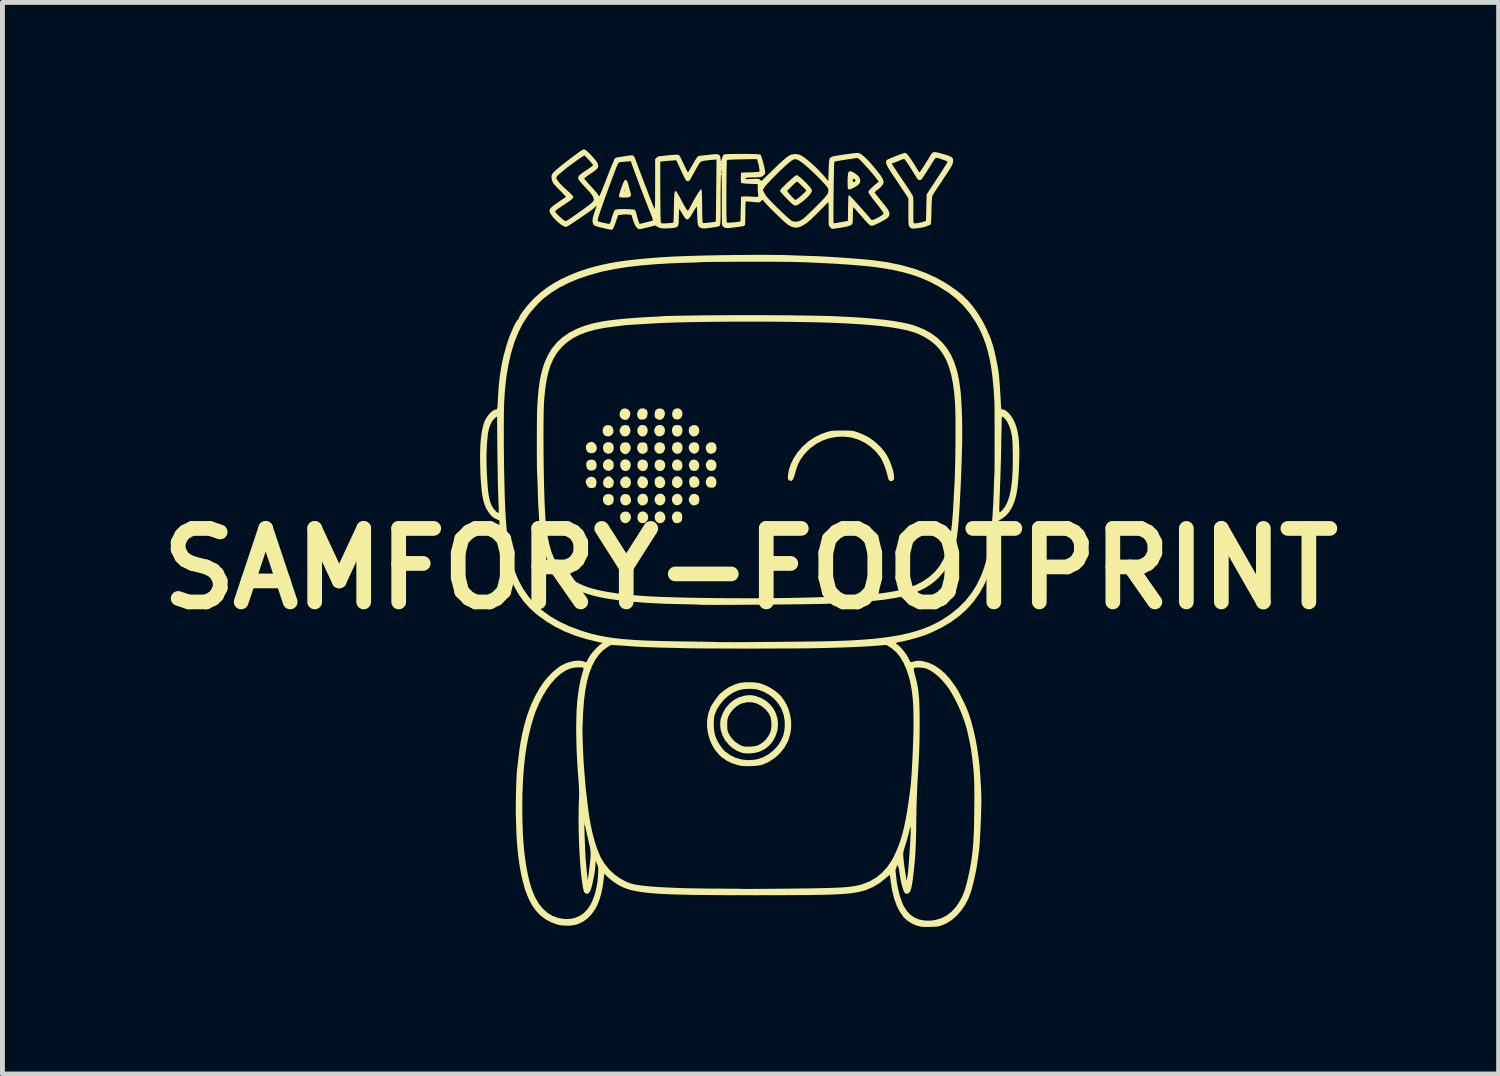
<source format=kicad_pcb>
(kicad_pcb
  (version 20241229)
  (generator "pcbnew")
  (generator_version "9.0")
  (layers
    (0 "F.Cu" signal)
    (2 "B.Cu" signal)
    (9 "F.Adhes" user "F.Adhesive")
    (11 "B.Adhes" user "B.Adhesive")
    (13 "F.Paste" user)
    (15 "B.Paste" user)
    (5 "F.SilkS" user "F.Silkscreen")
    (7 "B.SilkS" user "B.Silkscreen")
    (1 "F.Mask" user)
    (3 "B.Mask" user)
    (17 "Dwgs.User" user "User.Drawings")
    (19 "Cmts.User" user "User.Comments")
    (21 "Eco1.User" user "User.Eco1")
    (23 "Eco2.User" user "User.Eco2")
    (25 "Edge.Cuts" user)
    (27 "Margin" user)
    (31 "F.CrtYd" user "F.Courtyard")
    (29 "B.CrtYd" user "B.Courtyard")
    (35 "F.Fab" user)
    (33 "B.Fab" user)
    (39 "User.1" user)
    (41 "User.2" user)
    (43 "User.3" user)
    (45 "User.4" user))
  (footprint "SAMFORY-FOOTPRINT"
    (layer "F.Cu")
    (at 12.264 8.554)
    (property "Reference" "SAMFORY-FOOTPRINT" (at 0 0 0) (layer "F.SilkS") (effects (font (size 1.5 1.5) (thickness 0.3))))
    (attr board_only exclude_from_pos_files exclude_from_bom)
    (fp_poly (pts (xy -2.856 -2.921) (xy -2.821 -2.892) (xy -2.802 -2.849) (xy -2.796 -2.797) (xy -2.812 -2.754) (xy -2.843 -2.721) (xy -2.887 -2.699) (xy -2.935 -2.701) (xy -2.968 -2.714) (xy -2.998 -2.743) (xy -3.015 -2.784) (xy -3.017 -2.832) (xy -3.008 -2.864) (xy -2.983 -2.904) (xy -2.946 -2.925) (xy -2.904 -2.93)) (stroke (width 0) (type solid)) (fill yes) (layer "F.SilkS"))
    (fp_poly (pts (xy -1.804 -2.217) (xy -1.766 -2.19) (xy -1.744 -2.151) (xy -1.74 -2.102) (xy -1.751 -2.059) (xy -1.779 -2.017) (xy -1.818 -1.996) (xy -1.865 -1.995) (xy -1.895 -2.004) (xy -1.93 -2.03) (xy -1.951 -2.073) (xy -1.957 -2.119) (xy -1.948 -2.17) (xy -1.922 -2.206) (xy -1.881 -2.225) (xy -1.854 -2.227)) (stroke (width 0) (type solid)) (fill yes) (layer "F.SilkS"))
    (fp_poly (pts (xy -2.531 -2.229) (xy -2.487 -2.209) (xy -2.477 -2.201) (xy -2.45 -2.163) (xy -2.443 -2.115) (xy -2.45 -2.075) (xy -2.472 -2.03) (xy -2.506 -2.002) (xy -2.548 -1.992) (xy -2.592 -2.001) (xy -2.62 -2.019) (xy -2.645 -2.054) (xy -2.658 -2.101) (xy -2.657 -2.148) (xy -2.648 -2.176) (xy -2.617 -2.212) (xy -2.576 -2.23)) (stroke (width 0) (type solid)) (fill yes) (layer "F.SilkS"))
    (fp_poly (pts (xy -2.523 -1.163) (xy -2.483 -1.145) (xy -2.455 -1.112) (xy -2.438 -1.061) (xy -2.445 -1.014) (xy -2.474 -0.97) (xy -2.478 -0.966) (xy -2.517 -0.936) (xy -2.555 -0.927) (xy -2.598 -0.938) (xy -2.63 -0.962) (xy -2.652 -1.001) (xy -2.661 -1.047) (xy -2.657 -1.093) (xy -2.643 -1.122) (xy -2.61 -1.152) (xy -2.567 -1.165)) (stroke (width 0) (type solid)) (fill yes) (layer "F.SilkS"))
    (fp_poly (pts (xy -2.175 -2.929) (xy -2.132 -2.907) (xy -2.107 -2.87) (xy -2.098 -2.818) (xy -2.098 -2.817) (xy -2.107 -2.767) (xy -2.133 -2.728) (xy -2.17 -2.702) (xy -2.204 -2.696) (xy -2.244 -2.706) (xy -2.275 -2.73) (xy -2.302 -2.77) (xy -2.311 -2.814) (xy -2.305 -2.857) (xy -2.284 -2.894) (xy -2.253 -2.921) (xy -2.213 -2.933)) (stroke (width 0) (type solid)) (fill yes) (layer "F.SilkS"))
    (fp_poly (pts (xy -2.175 -1.166) (xy -2.134 -1.146) (xy -2.105 -1.113) (xy -2.089 -1.071) (xy -2.09 -1.023) (xy -2.106 -0.984) (xy -2.14 -0.946) (xy -2.184 -0.929) (xy -2.234 -0.933) (xy -2.246 -0.938) (xy -2.281 -0.963) (xy -2.302 -1) (xy -2.308 -1.044) (xy -2.302 -1.088) (xy -2.282 -1.128) (xy -2.251 -1.156) (xy -2.223 -1.167)) (stroke (width 0) (type solid)) (fill yes) (layer "F.SilkS"))
    (fp_poly (pts (xy -2.154 -2.218) (xy -2.117 -2.191) (xy -2.096 -2.15) (xy -2.094 -2.098) (xy -2.099 -2.071) (xy -2.121 -2.027) (xy -2.156 -2) (xy -2.197 -1.992) (xy -2.241 -2.002) (xy -2.275 -2.027) (xy -2.298 -2.056) (xy -2.308 -2.089) (xy -2.309 -2.113) (xy -2.3 -2.166) (xy -2.275 -2.203) (xy -2.235 -2.224) (xy -2.206 -2.227)) (stroke (width 0) (type solid)) (fill yes) (layer "F.SilkS"))
    (fp_poly (pts (xy -1.818 -1.53) (xy -1.777 -1.51) (xy -1.749 -1.475) (xy -1.736 -1.431) (xy -1.74 -1.383) (xy -1.754 -1.348) (xy -1.788 -1.31) (xy -1.83 -1.292) (xy -1.874 -1.294) (xy -1.916 -1.317) (xy -1.923 -1.324) (xy -1.95 -1.364) (xy -1.959 -1.409) (xy -1.951 -1.453) (xy -1.929 -1.491) (xy -1.895 -1.519) (xy -1.853 -1.532)) (stroke (width 0) (type solid)) (fill yes) (layer "F.SilkS"))
    (fp_poly (pts (xy -1.814 -1.878) (xy -1.776 -1.85) (xy -1.75 -1.807) (xy -1.746 -1.795) (xy -1.74 -1.743) (xy -1.753 -1.699) (xy -1.781 -1.665) (xy -1.821 -1.646) (xy -1.868 -1.645) (xy -1.895 -1.653) (xy -1.93 -1.679) (xy -1.951 -1.722) (xy -1.957 -1.77) (xy -1.952 -1.818) (xy -1.934 -1.85) (xy -1.903 -1.873) (xy -1.857 -1.886)) (stroke (width 0) (type solid)) (fill yes) (layer "F.SilkS"))
    (fp_poly (pts (xy -1.809 -1.162) (xy -1.774 -1.138) (xy -1.753 -1.108) (xy -1.738 -1.054) (xy -1.742 -1.005) (xy -1.766 -0.965) (xy -1.795 -0.943) (xy -1.838 -0.928) (xy -1.877 -0.933) (xy -1.898 -0.942) (xy -1.934 -0.975) (xy -1.954 -1.023) (xy -1.957 -1.056) (xy -1.948 -1.103) (xy -1.924 -1.138) (xy -1.889 -1.161) (xy -1.849 -1.169)) (stroke (width 0) (type solid)) (fill yes) (layer "F.SilkS"))
    (fp_poly (pts (xy -1.802 -2.569) (xy -1.766 -2.542) (xy -1.746 -2.501) (xy -1.745 -2.45) (xy -1.747 -2.441) (xy -1.767 -2.393) (xy -1.8 -2.36) (xy -1.841 -2.345) (xy -1.885 -2.35) (xy -1.905 -2.358) (xy -1.942 -2.392) (xy -1.961 -2.437) (xy -1.96 -2.488) (xy -1.952 -2.514) (xy -1.927 -2.554) (xy -1.889 -2.574) (xy -1.852 -2.579)) (stroke (width 0) (type solid)) (fill yes) (layer "F.SilkS"))
    (fp_poly (pts (xy -1.464 -1.525) (xy -1.423 -1.499) (xy -1.397 -1.46) (xy -1.387 -1.414) (xy -1.394 -1.369) (xy -1.419 -1.33) (xy -1.457 -1.304) (xy -1.499 -1.294) (xy -1.538 -1.3) (xy -1.554 -1.31) (xy -1.591 -1.354) (xy -1.605 -1.404) (xy -1.597 -1.455) (xy -1.586 -1.478) (xy -1.556 -1.509) (xy -1.516 -1.527) (xy -1.474 -1.528)) (stroke (width 0) (type solid)) (fill yes) (layer "F.SilkS"))
    (fp_poly (pts (xy -1.435 -2.571) (xy -1.404 -2.54) (xy -1.387 -2.495) (xy -1.387 -2.446) (xy -1.402 -2.398) (xy -1.431 -2.364) (xy -1.469 -2.345) (xy -1.51 -2.344) (xy -1.55 -2.361) (xy -1.566 -2.376) (xy -1.595 -2.419) (xy -1.603 -2.465) (xy -1.593 -2.513) (xy -1.578 -2.547) (xy -1.556 -2.566) (xy -1.53 -2.576) (xy -1.478 -2.584)) (stroke (width 0) (type solid)) (fill yes) (layer "F.SilkS"))
    (fp_poly (pts (xy -3.223 -2.584) (xy -3.181 -2.561) (xy -3.152 -2.524) (xy -3.138 -2.48) (xy -3.139 -2.434) (xy -3.158 -2.393) (xy -3.164 -2.386) (xy -3.201 -2.363) (xy -3.246 -2.355) (xy -3.293 -2.364) (xy -3.32 -2.379) (xy -3.346 -2.413) (xy -3.359 -2.458) (xy -3.357 -2.505) (xy -3.352 -2.52) (xy -3.326 -2.556) (xy -3.286 -2.58) (xy -3.242 -2.587)) (stroke (width 0) (type solid)) (fill yes) (layer "F.SilkS"))
    (fp_poly (pts (xy -2.848 -1.515) (xy -2.812 -1.49) (xy -2.793 -1.449) (xy -2.79 -1.418) (xy -2.795 -1.368) (xy -2.813 -1.333) (xy -2.847 -1.307) (xy -2.848 -1.307) (xy -2.888 -1.292) (xy -2.924 -1.294) (xy -2.962 -1.312) (xy -2.994 -1.341) (xy -3.007 -1.377) (xy -3.01 -1.435) (xy -2.995 -1.48) (xy -2.962 -1.51) (xy -2.914 -1.523) (xy -2.9 -1.524)) (stroke (width 0) (type solid)) (fill yes) (layer "F.SilkS"))
    (fp_poly (pts (xy -2.845 -2.571) (xy -2.813 -2.546) (xy -2.801 -2.525) (xy -2.79 -2.47) (xy -2.797 -2.421) (xy -2.819 -2.382) (xy -2.853 -2.356) (xy -2.897 -2.345) (xy -2.947 -2.355) (xy -2.949 -2.356) (xy -2.983 -2.381) (xy -3.004 -2.421) (xy -3.011 -2.468) (xy -3.001 -2.517) (xy -2.995 -2.532) (xy -2.967 -2.563) (xy -2.929 -2.58) (xy -2.886 -2.582)) (stroke (width 0) (type solid)) (fill yes) (layer "F.SilkS"))
    (fp_poly (pts (xy -2.517 -3.26) (xy -2.484 -3.236) (xy -2.458 -3.199) (xy -2.451 -3.159) (xy -2.463 -3.109) (xy -2.466 -3.101) (xy -2.494 -3.06) (xy -2.532 -3.038) (xy -2.575 -3.036) (xy -2.618 -3.054) (xy -2.638 -3.07) (xy -2.663 -3.102) (xy -2.672 -3.139) (xy -2.672 -3.151) (xy -2.663 -3.202) (xy -2.638 -3.24) (xy -2.603 -3.264) (xy -2.561 -3.271)) (stroke (width 0) (type solid)) (fill yes) (layer "F.SilkS"))
    (fp_poly (pts (xy -2.511 -1.876) (xy -2.476 -1.854) (xy -2.451 -1.819) (xy -2.44 -1.772) (xy -2.442 -1.737) (xy -2.46 -1.69) (xy -2.493 -1.658) (xy -2.536 -1.643) (xy -2.587 -1.649) (xy -2.599 -1.653) (xy -2.626 -1.675) (xy -2.648 -1.711) (xy -2.66 -1.754) (xy -2.661 -1.768) (xy -2.652 -1.803) (xy -2.631 -1.838) (xy -2.592 -1.871) (xy -2.551 -1.882)) (stroke (width 0) (type solid)) (fill yes) (layer "F.SilkS"))
    (fp_poly (pts (xy -2.201 -1.884) (xy -2.201 -1.884) (xy -2.15 -1.866) (xy -2.113 -1.833) (xy -2.093 -1.788) (xy -2.093 -1.736) (xy -2.098 -1.717) (xy -2.123 -1.673) (xy -2.16 -1.647) (xy -2.207 -1.642) (xy -2.246 -1.653) (xy -2.281 -1.678) (xy -2.303 -1.717) (xy -2.31 -1.764) (xy -2.301 -1.812) (xy -2.278 -1.852) (xy -2.254 -1.876) (xy -2.232 -1.885)) (stroke (width 0) (type solid)) (fill yes) (layer "F.SilkS"))
    (fp_poly (pts (xy -1.466 -1.882) (xy -1.429 -1.861) (xy -1.401 -1.825) (xy -1.388 -1.788) (xy -1.388 -1.736) (xy -1.408 -1.695) (xy -1.444 -1.664) (xy -1.475 -1.647) (xy -1.498 -1.643) (xy -1.524 -1.65) (xy -1.542 -1.657) (xy -1.579 -1.685) (xy -1.6 -1.725) (xy -1.604 -1.773) (xy -1.59 -1.822) (xy -1.579 -1.841) (xy -1.546 -1.874) (xy -1.506 -1.887)) (stroke (width 0) (type solid)) (fill yes) (layer "F.SilkS"))
    (fp_poly (pts (xy -1.443 -2.214) (xy -1.41 -2.185) (xy -1.393 -2.15) (xy -1.388 -2.104) (xy -1.396 -2.059) (xy -1.415 -2.025) (xy -1.418 -2.022) (xy -1.454 -2.003) (xy -1.498 -1.998) (xy -1.541 -2.006) (xy -1.549 -2.01) (xy -1.582 -2.04) (xy -1.6 -2.083) (xy -1.601 -2.13) (xy -1.587 -2.175) (xy -1.565 -2.204) (xy -1.527 -2.225) (xy -1.484 -2.228)) (stroke (width 0) (type solid)) (fill yes) (layer "F.SilkS"))
    (fp_poly (pts (xy -1.432 -3.255) (xy -1.404 -3.224) (xy -1.389 -3.182) (xy -1.392 -3.135) (xy -1.394 -3.125) (xy -1.42 -3.078) (xy -1.457 -3.05) (xy -1.502 -3.043) (xy -1.544 -3.053) (xy -1.577 -3.079) (xy -1.596 -3.119) (xy -1.6 -3.166) (xy -1.59 -3.204) (xy -1.574 -3.236) (xy -1.554 -3.254) (xy -1.523 -3.267) (xy -1.513 -3.27) (xy -1.469 -3.272)) (stroke (width 0) (type solid)) (fill yes) (layer "F.SilkS"))
    (fp_poly (pts (xy -1.133 -2.224) (xy -1.096 -2.208) (xy -1.066 -2.178) (xy -1.049 -2.133) (xy -1.047 -2.121) (xy -1.05 -2.069) (xy -1.071 -2.028) (xy -1.106 -2.002) (xy -1.15 -1.993) (xy -1.199 -2.005) (xy -1.204 -2.007) (xy -1.228 -2.029) (xy -1.247 -2.065) (xy -1.258 -2.106) (xy -1.258 -2.136) (xy -1.24 -2.182) (xy -1.21 -2.212) (xy -1.173 -2.226)) (stroke (width 0) (type solid)) (fill yes) (layer "F.SilkS"))
    (fp_poly (pts (xy -1.099 -1.87) (xy -1.077 -1.853) (xy -1.051 -1.812) (xy -1.041 -1.764) (xy -1.049 -1.717) (xy -1.072 -1.681) (xy -1.107 -1.661) (xy -1.152 -1.652) (xy -1.197 -1.658) (xy -1.205 -1.661) (xy -1.225 -1.679) (xy -1.242 -1.714) (xy -1.252 -1.756) (xy -1.254 -1.782) (xy -1.245 -1.829) (xy -1.219 -1.864) (xy -1.183 -1.883) (xy -1.141 -1.886)) (stroke (width 0) (type solid)) (fill yes) (layer "F.SilkS"))
    (fp_poly (pts (xy -3.193 -2.216) (xy -3.177 -2.207) (xy -3.153 -2.173) (xy -3.14 -2.128) (xy -3.142 -2.079) (xy -3.146 -2.063) (xy -3.169 -2.027) (xy -3.209 -2.006) (xy -3.261 -2.001) (xy -3.267 -2.002) (xy -3.309 -2.017) (xy -3.337 -2.05) (xy -3.351 -2.099) (xy -3.352 -2.122) (xy -3.35 -2.16) (xy -3.34 -2.184) (xy -3.321 -2.203) (xy -3.282 -2.222) (xy -3.236 -2.226)) (stroke (width 0) (type solid)) (fill yes) (layer "F.SilkS"))
    (fp_poly (pts (xy -2.169 -3.268) (xy -2.131 -3.248) (xy -2.109 -3.223) (xy -2.101 -3.188) (xy -2.102 -3.144) (xy -2.112 -3.101) (xy -2.129 -3.07) (xy -2.13 -3.069) (xy -2.163 -3.05) (xy -2.207 -3.041) (xy -2.25 -3.044) (xy -2.26 -3.048) (xy -2.29 -3.072) (xy -2.308 -3.11) (xy -2.313 -3.156) (xy -2.304 -3.203) (xy -2.287 -3.234) (xy -2.254 -3.262) (xy -2.213 -3.273)) (stroke (width 0) (type solid)) (fill yes) (layer "F.SilkS"))
    (fp_poly (pts (xy -2.137 -1.515) (xy -2.108 -1.48) (xy -2.098 -1.454) (xy -2.092 -1.396) (xy -2.104 -1.349) (xy -2.134 -1.314) (xy -2.18 -1.294) (xy -2.189 -1.293) (xy -2.222 -1.291) (xy -2.245 -1.298) (xy -2.269 -1.319) (xy -2.274 -1.324) (xy -2.301 -1.368) (xy -2.31 -1.415) (xy -2.3 -1.46) (xy -2.275 -1.498) (xy -2.234 -1.523) (xy -2.229 -1.525) (xy -2.178 -1.53)) (stroke (width 0) (type solid)) (fill yes) (layer "F.SilkS"))
    (fp_poly (pts (xy -1.472 -2.931) (xy -1.432 -2.92) (xy -1.431 -2.919) (xy -1.406 -2.894) (xy -1.391 -2.855) (xy -1.388 -2.809) (xy -1.394 -2.777) (xy -1.417 -2.732) (xy -1.453 -2.705) (xy -1.496 -2.695) (xy -1.54 -2.706) (xy -1.563 -2.72) (xy -1.588 -2.753) (xy -1.601 -2.796) (xy -1.602 -2.842) (xy -1.589 -2.884) (xy -1.565 -2.915) (xy -1.557 -2.92) (xy -1.518 -2.931)) (stroke (width 0) (type solid)) (fill yes) (layer "F.SilkS"))
    (fp_poly (pts (xy -1.432 -1.151) (xy -1.406 -1.124) (xy -1.396 -1.09) (xy -1.393 -1.045) (xy -1.398 -1.002) (xy -1.408 -0.974) (xy -1.439 -0.945) (xy -1.481 -0.929) (xy -1.525 -0.929) (xy -1.55 -0.939) (xy -1.575 -0.964) (xy -1.595 -1.002) (xy -1.605 -1.043) (xy -1.606 -1.051) (xy -1.596 -1.097) (xy -1.572 -1.135) (xy -1.538 -1.161) (xy -1.521 -1.166) (xy -1.473 -1.167)) (stroke (width 0) (type solid)) (fill yes) (layer "F.SilkS"))
    (fp_poly (pts (xy -0.764 -2.576) (xy -0.735 -2.565) (xy -0.715 -2.542) (xy -0.709 -2.531) (xy -0.693 -2.479) (xy -0.696 -2.431) (xy -0.715 -2.389) (xy -0.749 -2.359) (xy -0.796 -2.345) (xy -0.807 -2.344) (xy -0.843 -2.349) (xy -0.87 -2.365) (xy -0.884 -2.38) (xy -0.908 -2.424) (xy -0.914 -2.469) (xy -0.904 -2.513) (xy -0.88 -2.549) (xy -0.844 -2.573) (xy -0.809 -2.579)) (stroke (width 0) (type solid)) (fill yes) (layer "F.SilkS"))
    (fp_poly (pts (xy -2.51 -2.574) (xy -2.479 -2.555) (xy -2.457 -2.519) (xy -2.45 -2.503) (xy -2.444 -2.459) (xy -2.456 -2.413) (xy -2.482 -2.373) (xy -2.515 -2.349) (xy -2.542 -2.338) (xy -2.558 -2.335) (xy -2.574 -2.339) (xy -2.599 -2.35) (xy -2.636 -2.378) (xy -2.659 -2.419) (xy -2.666 -2.468) (xy -2.661 -2.494) (xy -2.643 -2.54) (xy -2.616 -2.567) (xy -2.575 -2.578) (xy -2.555 -2.579)) (stroke (width 0) (type solid)) (fill yes) (layer "F.SilkS"))
    (fp_poly (pts (xy -2.503 -2.923) (xy -2.484 -2.908) (xy -2.467 -2.883) (xy -2.451 -2.833) (xy -2.454 -2.786) (xy -2.472 -2.746) (xy -2.502 -2.716) (xy -2.541 -2.699) (xy -2.586 -2.701) (xy -2.61 -2.71) (xy -2.634 -2.731) (xy -2.656 -2.764) (xy -2.67 -2.8) (xy -2.672 -2.818) (xy -2.665 -2.85) (xy -2.646 -2.886) (xy -2.623 -2.913) (xy -2.614 -2.918) (xy -2.58 -2.928) (xy -2.538 -2.93)) (stroke (width 0) (type solid)) (fill yes) (layer "F.SilkS"))
    (fp_poly (pts (xy -2.157 -2.574) (xy -2.126 -2.558) (xy -2.109 -2.528) (xy -2.101 -2.479) (xy -2.1 -2.474) (xy -2.099 -2.433) (xy -2.102 -2.407) (xy -2.113 -2.388) (xy -2.126 -2.374) (xy -2.166 -2.349) (xy -2.211 -2.344) (xy -2.255 -2.357) (xy -2.277 -2.374) (xy -2.306 -2.417) (xy -2.315 -2.467) (xy -2.308 -2.505) (xy -2.286 -2.547) (xy -2.258 -2.57) (xy -2.216 -2.578) (xy -2.205 -2.578)) (stroke (width 0) (type solid)) (fill yes) (layer "F.SilkS"))
    (fp_poly (pts (xy -1.803 -3.261) (xy -1.767 -3.234) (xy -1.749 -3.193) (xy -1.746 -3.171) (xy -1.754 -3.121) (xy -1.775 -3.079) (xy -1.804 -3.051) (xy -1.812 -3.047) (xy -1.843 -3.038) (xy -1.869 -3.039) (xy -1.902 -3.051) (xy -1.906 -3.053) (xy -1.934 -3.069) (xy -1.95 -3.091) (xy -1.956 -3.126) (xy -1.957 -3.16) (xy -1.949 -3.212) (xy -1.923 -3.248) (xy -1.882 -3.267) (xy -1.852 -3.27)) (stroke (width 0) (type solid)) (fill yes) (layer "F.SilkS"))
    (fp_poly (pts (xy -1.115 -2.576) (xy -1.086 -2.564) (xy -1.066 -2.541) (xy -1.06 -2.531) (xy -1.046 -2.482) (xy -1.049 -2.433) (xy -1.069 -2.39) (xy -1.103 -2.36) (xy -1.107 -2.358) (xy -1.138 -2.347) (xy -1.163 -2.347) (xy -1.193 -2.361) (xy -1.205 -2.368) (xy -1.24 -2.4) (xy -1.259 -2.44) (xy -1.262 -2.483) (xy -1.25 -2.523) (xy -1.225 -2.555) (xy -1.188 -2.575) (xy -1.159 -2.579)) (stroke (width 0) (type solid)) (fill yes) (layer "F.SilkS"))
    (fp_poly (pts (xy -1.098 -2.921) (xy -1.066 -2.893) (xy -1.06 -2.883) (xy -1.046 -2.835) (xy -1.048 -2.787) (xy -1.066 -2.745) (xy -1.097 -2.715) (xy -1.125 -2.703) (xy -1.159 -2.698) (xy -1.18 -2.699) (xy -1.2 -2.711) (xy -1.222 -2.73) (xy -1.246 -2.756) (xy -1.257 -2.782) (xy -1.26 -2.819) (xy -1.257 -2.857) (xy -1.246 -2.882) (xy -1.227 -2.902) (xy -1.185 -2.926) (xy -1.14 -2.932)) (stroke (width 0) (type solid)) (fill yes) (layer "F.SilkS"))
    (fp_poly (pts (xy -0.778 -1.883) (xy -0.74 -1.865) (xy -0.71 -1.83) (xy -0.71 -1.83) (xy -0.693 -1.775) (xy -0.7 -1.722) (xy -0.715 -1.691) (xy -0.731 -1.668) (xy -0.749 -1.657) (xy -0.778 -1.653) (xy -0.796 -1.653) (xy -0.838 -1.656) (xy -0.865 -1.666) (xy -0.879 -1.679) (xy -0.906 -1.721) (xy -0.913 -1.77) (xy -0.909 -1.799) (xy -0.891 -1.842) (xy -0.86 -1.871) (xy -0.82 -1.885)) (stroke (width 0) (type solid)) (fill yes) (layer "F.SilkS"))
    (fp_poly (pts (xy -0.755 -2.217) (xy -0.719 -2.189) (xy -0.698 -2.147) (xy -0.695 -2.094) (xy -0.697 -2.079) (xy -0.715 -2.034) (xy -0.748 -2.005) (xy -0.791 -1.993) (xy -0.839 -2.002) (xy -0.857 -2.01) (xy -0.886 -2.037) (xy -0.906 -2.079) (xy -0.914 -2.127) (xy -0.914 -2.128) (xy -0.907 -2.154) (xy -0.889 -2.185) (xy -0.884 -2.191) (xy -0.858 -2.215) (xy -0.83 -2.226) (xy -0.804 -2.227)) (stroke (width 0) (type solid)) (fill yes) (layer "F.SilkS"))
    (fp_poly (pts (xy -3.211 -1.87) (xy -3.174 -1.847) (xy -3.15 -1.81) (xy -3.146 -1.798) (xy -3.142 -1.76) (xy -3.147 -1.718) (xy -3.159 -1.682) (xy -3.169 -1.667) (xy -3.199 -1.651) (xy -3.239 -1.645) (xy -3.28 -1.649) (xy -3.304 -1.659) (xy -3.33 -1.689) (xy -3.352 -1.73) (xy -3.364 -1.772) (xy -3.364 -1.78) (xy -3.357 -1.804) (xy -3.339 -1.833) (xy -3.334 -1.839) (xy -3.297 -1.867) (xy -3.254 -1.877)) (stroke (width 0) (type solid)) (fill yes) (layer "F.SilkS"))
    (fp_poly (pts (xy -2.848 -1.864) (xy -2.83 -1.847) (xy -2.802 -1.814) (xy -2.791 -1.782) (xy -2.79 -1.766) (xy -2.796 -1.712) (xy -2.815 -1.676) (xy -2.849 -1.654) (xy -2.849 -1.654) (xy -2.881 -1.645) (xy -2.907 -1.644) (xy -2.936 -1.649) (xy -2.975 -1.669) (xy -2.999 -1.702) (xy -3.009 -1.744) (xy -3.005 -1.788) (xy -2.986 -1.83) (xy -2.952 -1.863) (xy -2.949 -1.865) (xy -2.911 -1.883) (xy -2.879 -1.883)) (stroke (width 0) (type solid)) (fill yes) (layer "F.SilkS"))
    (fp_poly (pts (xy -2.501 -1.515) (xy -2.466 -1.487) (xy -2.446 -1.44) (xy -2.441 -1.414) (xy -2.439 -1.378) (xy -2.446 -1.354) (xy -2.466 -1.329) (xy -2.471 -1.325) (xy -2.513 -1.296) (xy -2.559 -1.289) (xy -2.604 -1.304) (xy -2.62 -1.316) (xy -2.645 -1.347) (xy -2.657 -1.392) (xy -2.657 -1.396) (xy -2.659 -1.433) (xy -2.651 -1.46) (xy -2.632 -1.486) (xy -2.606 -1.512) (xy -2.578 -1.522) (xy -2.55 -1.524)) (stroke (width 0) (type solid)) (fill yes) (layer "F.SilkS"))
    (fp_poly (pts (xy -1.804 -2.923) (xy -1.776 -2.903) (xy -1.775 -2.902) (xy -1.752 -2.864) (xy -1.745 -2.817) (xy -1.754 -2.77) (xy -1.773 -2.737) (xy -1.808 -2.712) (xy -1.853 -2.7) (xy -1.896 -2.705) (xy -1.906 -2.709) (xy -1.927 -2.728) (xy -1.948 -2.758) (xy -1.952 -2.766) (xy -1.964 -2.801) (xy -1.964 -2.83) (xy -1.958 -2.852) (xy -1.938 -2.895) (xy -1.908 -2.921) (xy -1.865 -2.932) (xy -1.831 -2.932)) (stroke (width 0) (type solid)) (fill yes) (layer "F.SilkS"))
    (fp_poly (pts (xy -1.131 -1.525) (xy -1.122 -1.523) (xy -1.079 -1.502) (xy -1.053 -1.468) (xy -1.044 -1.417) (xy -1.044 -1.407) (xy -1.05 -1.357) (xy -1.069 -1.324) (xy -1.104 -1.303) (xy -1.106 -1.302) (xy -1.149 -1.29) (xy -1.184 -1.296) (xy -1.211 -1.313) (xy -1.235 -1.341) (xy -1.254 -1.376) (xy -1.254 -1.378) (xy -1.261 -1.409) (xy -1.257 -1.437) (xy -1.246 -1.462) (xy -1.216 -1.505) (xy -1.178 -1.526)) (stroke (width 0) (type solid)) (fill yes) (layer "F.SilkS"))
    (fp_poly (pts (xy -2.869 -2.231) (xy -2.851 -2.222) (xy -2.815 -2.197) (xy -2.796 -2.163) (xy -2.791 -2.115) (xy -2.792 -2.101) (xy -2.797 -2.064) (xy -2.809 -2.041) (xy -2.833 -2.021) (xy -2.835 -2.019) (xy -2.872 -1.999) (xy -2.903 -1.995) (xy -2.939 -2.005) (xy -2.948 -2.009) (xy -2.985 -2.036) (xy -3.006 -2.074) (xy -3.012 -2.118) (xy -3.003 -2.162) (xy -2.979 -2.199) (xy -2.941 -2.225) (xy -2.932 -2.228) (xy -2.897 -2.235)) (stroke (width 0) (type solid)) (fill yes) (layer "F.SilkS"))
    (fp_poly (pts (xy 2.08 -8.097) (xy 2.128 -8.069) (xy 2.184 -8.027) (xy 2.219 -7.987) (xy 2.236 -7.945) (xy 2.239 -7.915) (xy 2.233 -7.88) (xy 2.215 -7.848) (xy 2.181 -7.818) (xy 2.128 -7.785) (xy 2.105 -7.772) (xy 2.055 -7.748) (xy 2.02 -7.738) (xy 1.999 -7.741) (xy 1.988 -7.755) (xy 1.984 -7.778) (xy 1.981 -7.819) (xy 1.981 -7.871) (xy 1.981 -7.924) (xy 2.086 -7.924) (xy 2.093 -7.896) (xy 2.109 -7.889) (xy 2.131 -7.903) (xy 2.134 -7.907) (xy 2.143 -7.924) (xy 2.133 -7.938) (xy 2.128 -7.942) (xy 2.103 -7.957) (xy 2.09 -7.952) (xy 2.086 -7.927) (xy 2.086 -7.924) (xy 1.981 -7.924) (xy 1.981 -7.928) (xy 1.983 -7.983) (xy 1.987 -8.032) (xy 1.991 -8.068) (xy 1.994 -8.081) (xy 2.013 -8.104) (xy 2.041 -8.11)) (stroke (width 0) (type solid)) (fill yes) (layer "F.SilkS"))
    (fp_poly (pts (xy -2.533 -7.93) (xy -2.519 -7.912) (xy -2.505 -7.877) (xy -2.491 -7.83) (xy -2.478 -7.779) (xy -2.464 -7.728) (xy -2.455 -7.697) (xy -2.443 -7.654) (xy -2.439 -7.627) (xy -2.444 -7.609) (xy -2.456 -7.594) (xy -2.459 -7.591) (xy -2.479 -7.58) (xy -2.51 -7.574) (xy -2.558 -7.573) (xy -2.568 -7.573) (xy -2.612 -7.574) (xy -2.648 -7.576) (xy -2.669 -7.579) (xy -2.67 -7.58) (xy -2.68 -7.589) (xy -2.683 -7.606) (xy -2.678 -7.636) (xy -2.666 -7.681) (xy -2.655 -7.713) (xy -2.573 -7.713) (xy -2.572 -7.702) (xy -2.568 -7.701) (xy -2.556 -7.709) (xy -2.555 -7.713) (xy -2.559 -7.724) (xy -2.56 -7.724) (xy -2.57 -7.716) (xy -2.573 -7.713) (xy -2.655 -7.713) (xy -2.645 -7.745) (xy -2.644 -7.748) (xy -2.617 -7.821) (xy -2.596 -7.875) (xy -2.578 -7.91) (xy -2.563 -7.929) (xy -2.551 -7.935)) (stroke (width 0) (type solid)) (fill yes) (layer "F.SilkS"))
    (fp_poly (pts (xy 1.005 -7.99) (xy 1.043 -7.96) (xy 1.085 -7.921) (xy 1.129 -7.878) (xy 1.171 -7.833) (xy 1.208 -7.792) (xy 1.236 -7.756) (xy 1.252 -7.731) (xy 1.254 -7.722) (xy 1.244 -7.684) (xy 1.214 -7.637) (xy 1.166 -7.583) (xy 1.102 -7.525) (xy 1.024 -7.464) (xy 0.998 -7.446) (xy 0.966 -7.424) (xy 0.938 -7.412) (xy 0.912 -7.409) (xy 0.885 -7.418) (xy 0.853 -7.44) (xy 0.813 -7.476) (xy 0.762 -7.528) (xy 0.744 -7.546) (xy 0.698 -7.593) (xy 0.658 -7.637) (xy 0.627 -7.672) (xy 0.607 -7.697) (xy 0.602 -7.705) (xy 0.602 -7.705) (xy 0.75 -7.705) (xy 0.758 -7.691) (xy 0.778 -7.664) (xy 0.806 -7.632) (xy 0.838 -7.597) (xy 0.869 -7.564) (xy 0.896 -7.539) (xy 0.913 -7.526) (xy 0.916 -7.525) (xy 0.931 -7.532) (xy 0.957 -7.549) (xy 0.975 -7.563) (xy 1.023 -7.602) (xy 1.066 -7.641) (xy 1.102 -7.674) (xy 1.127 -7.7) (xy 1.137 -7.715) (xy 1.137 -7.715) (xy 1.129 -7.727) (xy 1.108 -7.75) (xy 1.078 -7.781) (xy 1.044 -7.815) (xy 1.01 -7.848) (xy 0.98 -7.876) (xy 0.958 -7.894) (xy 0.949 -7.9) (xy 0.937 -7.892) (xy 0.912 -7.872) (xy 0.88 -7.842) (xy 0.844 -7.808) (xy 0.809 -7.773) (xy 0.779 -7.742) (xy 0.758 -7.718) (xy 0.75 -7.705) (xy 0.602 -7.705) (xy 0.604 -7.717) (xy 0.615 -7.737) (xy 0.639 -7.765) (xy 0.677 -7.804) (xy 0.73 -7.856) (xy 0.734 -7.859) (xy 0.784 -7.906) (xy 0.831 -7.948) (xy 0.87 -7.982) (xy 0.899 -8.005) (xy 0.91 -8.013) (xy 0.947 -8.033)) (stroke (width 0) (type solid)) (fill yes) (layer "F.SilkS"))
    (fp_poly (pts (xy 0.055 2.587) (xy 0.1 2.596) (xy 0.212 2.636) (xy 0.311 2.693) (xy 0.396 2.766) (xy 0.465 2.852) (xy 0.516 2.948) (xy 0.549 3.053) (xy 0.561 3.164) (xy 0.552 3.278) (xy 0.545 3.314) (xy 0.508 3.423) (xy 0.454 3.522) (xy 0.383 3.607) (xy 0.299 3.676) (xy 0.203 3.726) (xy 0.164 3.74) (xy 0.089 3.758) (xy 0.007 3.768) (xy -0.074 3.77) (xy -0.145 3.763) (xy -0.175 3.757) (xy -0.283 3.714) (xy -0.381 3.651) (xy -0.449 3.587) (xy -0.519 3.499) (xy -0.572 3.402) (xy -0.606 3.299) (xy -0.62 3.196) (xy -0.619 3.182) (xy -0.475 3.182) (xy -0.474 3.24) (xy -0.471 3.282) (xy -0.464 3.315) (xy -0.452 3.348) (xy -0.444 3.366) (xy -0.39 3.453) (xy -0.318 3.528) (xy -0.232 3.588) (xy -0.166 3.618) (xy -0.12 3.628) (xy -0.059 3.632) (xy 0.008 3.63) (xy 0.074 3.623) (xy 0.131 3.611) (xy 0.164 3.599) (xy 0.238 3.554) (xy 0.298 3.502) (xy 0.339 3.452) (xy 0.384 3.382) (xy 0.412 3.312) (xy 0.425 3.235) (xy 0.427 3.176) (xy 0.421 3.086) (xy 0.401 3.01) (xy 0.366 2.943) (xy 0.312 2.877) (xy 0.3 2.865) (xy 0.216 2.797) (xy 0.127 2.75) (xy 0.033 2.726) (xy -0.064 2.724) (xy -0.162 2.745) (xy -0.23 2.773) (xy -0.294 2.816) (xy -0.357 2.874) (xy -0.411 2.941) (xy -0.443 2.998) (xy -0.458 3.033) (xy -0.468 3.065) (xy -0.473 3.101) (xy -0.475 3.149) (xy -0.475 3.182) (xy -0.619 3.182) (xy -0.614 3.095) (xy -0.605 3.053) (xy -0.563 2.941) (xy -0.504 2.839) (xy -0.429 2.752) (xy -0.342 2.68) (xy -0.244 2.627) (xy -0.145 2.596) (xy -0.07 2.583) (xy -0.006 2.58)) (stroke (width 0) (type solid)) (fill yes) (layer "F.SilkS"))
    (fp_poly (pts (xy 1.945 -2.819) (xy 2.002 -2.818) (xy 2.046 -2.816) (xy 2.081 -2.812) (xy 2.112 -2.806) (xy 2.145 -2.797) (xy 2.184 -2.784) (xy 2.194 -2.78) (xy 2.258 -2.755) (xy 2.329 -2.723) (xy 2.394 -2.69) (xy 2.41 -2.681) (xy 2.493 -2.625) (xy 2.577 -2.555) (xy 2.657 -2.478) (xy 2.725 -2.398) (xy 2.778 -2.321) (xy 2.778 -2.321) (xy 2.82 -2.242) (xy 2.857 -2.155) (xy 2.889 -2.067) (xy 2.913 -1.984) (xy 2.926 -1.913) (xy 2.926 -1.905) (xy 2.929 -1.861) (xy 2.929 -1.833) (xy 2.923 -1.817) (xy 2.912 -1.805) (xy 2.906 -1.801) (xy 2.884 -1.787) (xy 2.868 -1.784) (xy 2.845 -1.792) (xy 2.841 -1.793) (xy 2.826 -1.804) (xy 2.814 -1.826) (xy 2.803 -1.864) (xy 2.796 -1.895) (xy 2.773 -1.982) (xy 2.743 -2.072) (xy 2.709 -2.157) (xy 2.674 -2.232) (xy 2.645 -2.28) (xy 2.556 -2.392) (xy 2.45 -2.489) (xy 2.332 -2.57) (xy 2.203 -2.633) (xy 2.068 -2.674) (xy 2.043 -2.679) (xy 1.897 -2.695) (xy 1.75 -2.689) (xy 1.607 -2.662) (xy 1.469 -2.614) (xy 1.339 -2.546) (xy 1.221 -2.46) (xy 1.168 -2.411) (xy 1.088 -2.323) (xy 1.024 -2.234) (xy 0.974 -2.138) (xy 0.933 -2.03) (xy 0.91 -1.946) (xy 0.889 -1.875) (xy 0.869 -1.827) (xy 0.847 -1.799) (xy 0.822 -1.791) (xy 0.792 -1.801) (xy 0.78 -1.809) (xy 0.769 -1.82) (xy 0.768 -1.823) (xy 0.785 -1.823) (xy 0.791 -1.817) (xy 0.797 -1.823) (xy 0.791 -1.829) (xy 0.785 -1.823) (xy 0.768 -1.823) (xy 0.763 -1.837) (xy 0.762 -1.865) (xy 0.765 -1.911) (xy 0.765 -1.912) (xy 0.785 -2.026) (xy 0.825 -2.143) (xy 0.884 -2.261) (xy 0.96 -2.374) (xy 1.05 -2.479) (xy 1.07 -2.499) (xy 1.185 -2.601) (xy 1.306 -2.682) (xy 1.437 -2.746) (xy 1.565 -2.791) (xy 1.602 -2.801) (xy 1.636 -2.809) (xy 1.673 -2.814) (xy 1.717 -2.817) (xy 1.773 -2.818) (xy 1.846 -2.819) (xy 1.87 -2.819)) (stroke (width 0) (type solid)) (fill yes) (layer "F.SilkS"))
    (fp_poly (pts (xy 0.071 2.32) (xy 0.147 2.329) (xy 0.188 2.337) (xy 0.289 2.373) (xy 0.392 2.423) (xy 0.489 2.484) (xy 0.575 2.553) (xy 0.631 2.611) (xy 0.707 2.72) (xy 0.766 2.84) (xy 0.806 2.969) (xy 0.828 3.102) (xy 0.83 3.236) (xy 0.812 3.368) (xy 0.775 3.494) (xy 0.755 3.54) (xy 0.686 3.66) (xy 0.599 3.768) (xy 0.497 3.861) (xy 0.383 3.937) (xy 0.26 3.993) (xy 0.245 3.998) (xy 0.191 4.011) (xy 0.12 4.021) (xy 0.04 4.027) (xy -0.044 4.029) (xy -0.124 4.028) (xy -0.194 4.022) (xy -0.239 4.014) (xy -0.373 3.972) (xy -0.489 3.916) (xy -0.589 3.845) (xy -0.634 3.804) (xy -0.718 3.707) (xy -0.786 3.595) (xy -0.837 3.474) (xy -0.871 3.347) (xy -0.887 3.216) (xy -0.886 3.138) (xy -0.75 3.138) (xy -0.749 3.224) (xy -0.741 3.308) (xy -0.727 3.383) (xy -0.725 3.391) (xy -0.699 3.463) (xy -0.66 3.542) (xy -0.612 3.618) (xy -0.56 3.686) (xy -0.515 3.732) (xy -0.411 3.806) (xy -0.297 3.861) (xy -0.175 3.894) (xy -0.047 3.907) (xy 0.083 3.897) (xy 0.147 3.885) (xy 0.261 3.846) (xy 0.369 3.786) (xy 0.466 3.71) (xy 0.55 3.62) (xy 0.618 3.518) (xy 0.666 3.408) (xy 0.669 3.398) (xy 0.681 3.35) (xy 0.692 3.29) (xy 0.698 3.231) (xy 0.699 3.224) (xy 0.696 3.094) (xy 0.672 2.97) (xy 0.628 2.854) (xy 0.564 2.749) (xy 0.484 2.656) (xy 0.387 2.577) (xy 0.276 2.514) (xy 0.152 2.469) (xy 0.141 2.466) (xy 0.069 2.455) (xy -0.017 2.451) (xy -0.106 2.455) (xy -0.191 2.467) (xy -0.256 2.484) (xy -0.358 2.53) (xy -0.455 2.595) (xy -0.545 2.676) (xy -0.622 2.768) (xy -0.685 2.868) (xy -0.728 2.972) (xy -0.734 2.993) (xy -0.745 3.058) (xy -0.75 3.138) (xy -0.886 3.138) (xy -0.885 3.086) (xy -0.863 2.96) (xy -0.822 2.841) (xy -0.809 2.813) (xy -0.789 2.778) (xy -0.76 2.734) (xy -0.727 2.685) (xy -0.692 2.637) (xy -0.659 2.594) (xy -0.633 2.563) (xy -0.619 2.549) (xy -0.603 2.536) (xy -0.574 2.513) (xy -0.539 2.484) (xy -0.537 2.482) (xy -0.442 2.418) (xy -0.333 2.366) (xy -0.246 2.338) (xy -0.181 2.325) (xy -0.101 2.318) (xy -0.014 2.317)) (stroke (width 0) (type solid)) (fill yes) (layer "F.SilkS"))
    (fp_poly (pts (xy 3.821 -8.491) (xy 3.858 -8.481) (xy 3.947 -8.457) (xy 4.016 -8.436) (xy 4.067 -8.416) (xy 4.102 -8.397) (xy 4.123 -8.377) (xy 4.134 -8.354) (xy 4.135 -8.326) (xy 4.131 -8.291) (xy 4.13 -8.29) (xy 4.126 -8.272) (xy 4.12 -8.252) (xy 4.109 -8.23) (xy 4.094 -8.201) (xy 4.072 -8.164) (xy 4.043 -8.117) (xy 4.004 -8.057) (xy 3.954 -7.983) (xy 3.895 -7.893) (xy 3.849 -7.825) (xy 3.807 -7.761) (xy 3.77 -7.705) (xy 3.741 -7.661) (xy 3.722 -7.63) (xy 3.715 -7.619) (xy 3.709 -7.602) (xy 3.704 -7.574) (xy 3.7 -7.531) (xy 3.697 -7.472) (xy 3.694 -7.394) (xy 3.692 -7.31) (xy 3.69 -7.222) (xy 3.688 -7.154) (xy 3.686 -7.104) (xy 3.684 -7.068) (xy 3.68 -7.044) (xy 3.676 -7.029) (xy 3.67 -7.02) (xy 3.663 -7.014) (xy 3.639 -7.003) (xy 3.625 -7.003) (xy 3.614 -7.003) (xy 3.615 -7) (xy 3.608 -6.992) (xy 3.582 -6.982) (xy 3.543 -6.972) (xy 3.495 -6.961) (xy 3.443 -6.952) (xy 3.392 -6.945) (xy 3.368 -6.942) (xy 3.324 -6.94) (xy 3.295 -6.941) (xy 3.276 -6.947) (xy 3.26 -6.96) (xy 3.254 -6.966) (xy 3.244 -6.976) (xy 3.237 -6.986) (xy 3.231 -6.999) (xy 3.227 -7.018) (xy 3.224 -7.045) (xy 3.222 -7.083) (xy 3.221 -7.134) (xy 3.221 -7.202) (xy 3.221 -7.288) (xy 3.221 -7.375) (xy 3.221 -7.559) (xy 3.184 -7.614) (xy 3.162 -7.647) (xy 3.131 -7.693) (xy 3.097 -7.744) (xy 3.077 -7.775) (xy 3.041 -7.83) (xy 3.003 -7.887) (xy 2.968 -7.938) (xy 2.954 -7.959) (xy 2.895 -8.046) (xy 2.848 -8.116) (xy 2.814 -8.172) (xy 2.79 -8.216) (xy 2.774 -8.25) (xy 2.771 -8.264) (xy 2.883 -8.264) (xy 2.89 -8.252) (xy 2.908 -8.222) (xy 2.936 -8.179) (xy 2.973 -8.123) (xy 3.017 -8.057) (xy 3.066 -7.985) (xy 3.095 -7.941) (xy 3.148 -7.863) (xy 3.196 -7.791) (xy 3.238 -7.727) (xy 3.273 -7.672) (xy 3.299 -7.63) (xy 3.314 -7.604) (xy 3.317 -7.597) (xy 3.319 -7.576) (xy 3.321 -7.535) (xy 3.323 -7.479) (xy 3.323 -7.413) (xy 3.323 -7.339) (xy 3.323 -7.331) (xy 3.322 -7.258) (xy 3.322 -7.191) (xy 3.323 -7.135) (xy 3.324 -7.093) (xy 3.325 -7.071) (xy 3.326 -7.07) (xy 3.331 -7.054) (xy 3.341 -7.047) (xy 3.363 -7.047) (xy 3.398 -7.05) (xy 3.449 -7.059) (xy 3.502 -7.072) (xy 3.522 -7.078) (xy 3.581 -7.097) (xy 3.587 -7.367) (xy 3.593 -7.636) (xy 3.685 -7.777) (xy 3.76 -7.891) (xy 3.823 -7.987) (xy 3.875 -8.067) (xy 3.917 -8.132) (xy 3.95 -8.184) (xy 3.976 -8.224) (xy 3.994 -8.254) (xy 4.007 -8.275) (xy 4.014 -8.29) (xy 4.017 -8.299) (xy 4.018 -8.304) (xy 4.016 -8.308) (xy 4.013 -8.31) (xy 3.998 -8.318) (xy 3.966 -8.331) (xy 3.923 -8.347) (xy 3.893 -8.357) (xy 3.851 -8.372) (xy 3.82 -8.381) (xy 3.796 -8.384) (xy 3.777 -8.378) (xy 3.759 -8.36) (xy 3.737 -8.328) (xy 3.708 -8.282) (xy 3.679 -8.234) (xy 3.644 -8.179) (xy 3.608 -8.123) (xy 3.576 -8.073) (xy 3.558 -8.047) (xy 3.533 -8.008) (xy 3.511 -7.975) (xy 3.499 -7.953) (xy 3.498 -7.953) (xy 3.476 -7.933) (xy 3.452 -7.929) (xy 3.434 -7.932) (xy 3.418 -7.94) (xy 3.401 -7.959) (xy 3.379 -7.993) (xy 3.361 -8.023) (xy 3.317 -8.096) (xy 3.274 -8.165) (xy 3.233 -8.227) (xy 3.198 -8.281) (xy 3.168 -8.322) (xy 3.147 -8.349) (xy 3.137 -8.359) (xy 3.127 -8.359) (xy 3.117 -8.358) (xy 3.102 -8.354) (xy 3.078 -8.344) (xy 3.038 -8.327) (xy 3.013 -8.317) (xy 2.967 -8.298) (xy 2.929 -8.284) (xy 2.904 -8.276) (xy 2.899 -8.275) (xy 2.885 -8.268) (xy 2.883 -8.264) (xy 2.771 -8.264) (xy 2.767 -8.276) (xy 2.766 -8.289) (xy 2.771 -8.324) (xy 2.786 -8.344) (xy 2.789 -8.345) (xy 2.817 -8.358) (xy 2.858 -8.376) (xy 2.909 -8.397) (xy 2.965 -8.42) (xy 3.022 -8.441) (xy 3.073 -8.46) (xy 3.116 -8.475) (xy 3.144 -8.484) (xy 3.153 -8.486) (xy 3.172 -8.478) (xy 3.198 -8.455) (xy 3.215 -8.436) (xy 3.244 -8.398) (xy 3.28 -8.345) (xy 3.32 -8.286) (xy 3.359 -8.225) (xy 3.392 -8.171) (xy 3.411 -8.137) (xy 3.429 -8.109) (xy 3.443 -8.091) (xy 3.447 -8.088) (xy 3.456 -8.097) (xy 3.475 -8.123) (xy 3.501 -8.162) (xy 3.533 -8.209) (xy 3.567 -8.263) (xy 3.602 -8.319) (xy 3.635 -8.373) (xy 3.663 -8.42) (xy 3.688 -8.461) (xy 3.712 -8.487) (xy 3.738 -8.5) (xy 3.773 -8.5)) (stroke (width 0) (type solid)) (fill yes) (layer "F.SilkS"))
    (fp_poly (pts (xy 0.031 -5.174) (xy 0.174 -5.174) (xy 0.324 -5.173) (xy 0.476 -5.172) (xy 0.63 -5.171) (xy 0.782 -5.17) (xy 0.931 -5.168) (xy 1.074 -5.166) (xy 1.209 -5.164) (xy 1.334 -5.162) (xy 1.447 -5.16) (xy 1.544 -5.158) (xy 1.625 -5.156) (xy 1.687 -5.153) (xy 1.723 -5.152) (xy 1.767 -5.149) (xy 1.825 -5.146) (xy 1.89 -5.143) (xy 1.94 -5.14) (xy 2.163 -5.129) (xy 2.374 -5.114) (xy 2.573 -5.096) (xy 2.757 -5.076) (xy 2.926 -5.053) (xy 3.076 -5.027) (xy 3.208 -5) (xy 3.318 -4.97) (xy 3.364 -4.955) (xy 3.526 -4.889) (xy 3.672 -4.811) (xy 3.8 -4.721) (xy 3.912 -4.616) (xy 4.009 -4.497) (xy 4.091 -4.362) (xy 4.158 -4.211) (xy 4.213 -4.042) (xy 4.254 -3.855) (xy 4.283 -3.648) (xy 4.284 -3.639) (xy 4.293 -3.539) (xy 4.301 -3.42) (xy 4.308 -3.288) (xy 4.314 -3.146) (xy 4.318 -3.001) (xy 4.32 -2.856) (xy 4.32 -2.718) (xy 4.319 -2.589) (xy 4.319 -2.573) (xy 4.313 -2.366) (xy 4.307 -2.162) (xy 4.3 -1.962) (xy 4.292 -1.768) (xy 4.283 -1.582) (xy 4.274 -1.406) (xy 4.265 -1.242) (xy 4.255 -1.091) (xy 4.245 -0.954) (xy 4.234 -0.835) (xy 4.224 -0.735) (xy 4.214 -0.655) (xy 4.207 -0.615) (xy 4.184 -0.505) (xy 4.153 -0.391) (xy 4.119 -0.28) (xy 4.082 -0.179) (xy 4.044 -0.095) (xy 4.041 -0.088) (xy 3.986 0.003) (xy 3.915 0.097) (xy 3.834 0.187) (xy 3.746 0.268) (xy 3.658 0.334) (xy 3.655 0.336) (xy 3.575 0.385) (xy 3.492 0.429) (xy 3.405 0.469) (xy 3.311 0.505) (xy 3.21 0.537) (xy 3.099 0.566) (xy 2.978 0.592) (xy 2.844 0.615) (xy 2.697 0.636) (xy 2.535 0.654) (xy 2.356 0.67) (xy 2.159 0.685) (xy 1.943 0.698) (xy 1.705 0.71) (xy 1.559 0.716) (xy 1.512 0.718) (xy 1.446 0.719) (xy 1.364 0.721) (xy 1.266 0.722) (xy 1.156 0.724) (xy 1.034 0.726) (xy 0.902 0.727) (xy 0.763 0.729) (xy 0.618 0.73) (xy 0.468 0.732) (xy 0.317 0.733) (xy 0.165 0.734) (xy 0.014 0.735) (xy -0.133 0.736) (xy -0.276 0.737) (xy -0.411 0.738) (xy -0.538 0.738) (xy -0.655 0.738) (xy -0.759 0.739) (xy -0.849 0.738) (xy -0.923 0.738) (xy -0.979 0.738) (xy -1.016 0.737) (xy -1.031 0.736) (xy -1.031 0.736) (xy -1.044 0.734) (xy -1.078 0.732) (xy -1.129 0.73) (xy -1.196 0.728) (xy -1.277 0.726) (xy -1.367 0.725) (xy -1.465 0.723) (xy -1.471 0.723) (xy -1.704 0.717) (xy -1.932 0.707) (xy -2.153 0.694) (xy -2.364 0.678) (xy -2.564 0.658) (xy -2.749 0.636) (xy -2.917 0.612) (xy -3.067 0.584) (xy -3.171 0.561) (xy -3.36 0.505) (xy -3.532 0.434) (xy -3.686 0.347) (xy -3.822 0.246) (xy -3.941 0.129) (xy -4.043 -0.003) (xy -4.127 -0.151) (xy -4.165 -0.234) (xy -4.192 -0.311) (xy -4.079 -0.311) (xy -4.073 -0.305) (xy -4.067 -0.311) (xy -4.073 -0.316) (xy -4.079 -0.311) (xy -4.192 -0.311) (xy -4.197 -0.324) (xy -4.227 -0.429) (xy -4.255 -0.546) (xy -4.279 -0.666) (xy -4.297 -0.784) (xy -4.309 -0.893) (xy -4.314 -0.983) (xy -4.315 -1.034) (xy -4.318 -1.098) (xy -4.322 -1.166) (xy -4.325 -1.205) (xy -4.328 -1.254) (xy -4.332 -1.322) (xy -4.335 -1.403) (xy -4.339 -1.493) (xy -4.341 -1.585) (xy -4.343 -1.644) (xy -4.345 -1.728) (xy -4.348 -1.803) (xy -4.35 -1.869) (xy -4.352 -1.92) (xy -4.354 -1.954) (xy -4.355 -1.968) (xy -4.357 -1.982) (xy -4.357 -2.018) (xy -4.358 -2.072) (xy -4.359 -2.141) (xy -4.359 -2.223) (xy -4.36 -2.315) (xy -4.36 -2.415) (xy -4.36 -2.52) (xy -4.36 -2.628) (xy -4.36 -2.721) (xy -4.225 -2.721) (xy -4.224 -2.556) (xy -4.223 -2.386) (xy -4.222 -2.212) (xy -4.219 -2.039) (xy -4.216 -1.869) (xy -4.213 -1.704) (xy -4.208 -1.547) (xy -4.204 -1.4) (xy -4.198 -1.266) (xy -4.192 -1.148) (xy -4.186 -1.048) (xy -4.184 -1.02) (xy -4.164 -0.825) (xy -4.138 -0.65) (xy -4.106 -0.495) (xy -4.066 -0.357) (xy -4.018 -0.233) (xy -3.96 -0.122) (xy -3.894 -0.023) (xy -3.816 0.068) (xy -3.768 0.116) (xy -3.693 0.18) (xy -3.612 0.239) (xy -3.524 0.291) (xy -3.426 0.337) (xy -3.318 0.378) (xy -3.197 0.414) (xy -3.061 0.447) (xy -2.91 0.475) (xy -2.741 0.501) (xy -2.553 0.523) (xy -2.344 0.544) (xy -2.268 0.55) (xy -2.15 0.559) (xy -2.011 0.567) (xy -1.853 0.574) (xy -1.677 0.58) (xy -1.487 0.586) (xy -1.283 0.591) (xy -1.069 0.595) (xy -0.846 0.598) (xy -0.616 0.601) (xy -0.382 0.602) (xy -0.145 0.603) (xy 0.092 0.603) (xy 0.327 0.602) (xy 0.558 0.6) (xy 0.784 0.597) (xy 1.001 0.593) (xy 1.208 0.588) (xy 1.283 0.586) (xy 1.433 0.581) (xy 1.586 0.575) (xy 1.738 0.569) (xy 1.887 0.562) (xy 2.029 0.555) (xy 2.16 0.548) (xy 2.278 0.54) (xy 2.378 0.533) (xy 2.456 0.527) (xy 2.565 0.515) (xy 2.679 0.501) (xy 2.793 0.484) (xy 2.903 0.466) (xy 3.005 0.447) (xy 3.094 0.429) (xy 3.166 0.411) (xy 3.194 0.402) (xy 3.362 0.338) (xy 3.513 0.26) (xy 3.646 0.169) (xy 3.761 0.065) (xy 3.856 -0.052) (xy 3.931 -0.18) (xy 3.951 -0.222) (xy 3.99 -0.322) (xy 4.024 -0.428) (xy 4.053 -0.543) (xy 4.077 -0.668) (xy 4.098 -0.807) (xy 4.115 -0.963) (xy 4.129 -1.137) (xy 4.137 -1.283) (xy 4.142 -1.363) (xy 4.146 -1.441) (xy 4.15 -1.512) (xy 4.153 -1.572) (xy 4.156 -1.612) (xy 4.162 -1.717) (xy 4.167 -1.838) (xy 4.171 -1.973) (xy 4.175 -2.118) (xy 4.178 -2.269) (xy 4.181 -2.425) (xy 4.182 -2.581) (xy 4.183 -2.734) (xy 4.183 -2.882) (xy 4.182 -3.02) (xy 4.181 -3.146) (xy 4.178 -3.256) (xy 4.174 -3.348) (xy 4.173 -3.382) (xy 4.155 -3.594) (xy 4.129 -3.785) (xy 4.095 -3.956) (xy 4.051 -4.11) (xy 3.998 -4.246) (xy 3.934 -4.367) (xy 3.859 -4.474) (xy 3.772 -4.567) (xy 3.672 -4.65) (xy 3.559 -4.722) (xy 3.453 -4.776) (xy 3.363 -4.813) (xy 3.259 -4.846) (xy 3.138 -4.876) (xy 2.999 -4.903) (xy 2.843 -4.928) (xy 2.668 -4.95) (xy 2.472 -4.969) (xy 2.256 -4.986) (xy 2.018 -5.001) (xy 1.834 -5.011) (xy 1.68 -5.017) (xy 1.507 -5.023) (xy 1.318 -5.028) (xy 1.116 -5.032) (xy 0.903 -5.035) (xy 0.681 -5.038) (xy 0.452 -5.04) (xy 0.219 -5.041) (xy -0.016 -5.041) (xy -0.251 -5.041) (xy -0.483 -5.04) (xy -0.711 -5.038) (xy -0.931 -5.035) (xy -1.142 -5.032) (xy -1.341 -5.028) (xy -1.526 -5.024) (xy -1.695 -5.018) (xy -1.845 -5.012) (xy -1.974 -5.005) (xy -1.987 -5.004) (xy -2.071 -4.999) (xy -2.167 -4.993) (xy -2.265 -4.987) (xy -2.353 -4.982) (xy -2.368 -4.981) (xy -2.435 -4.977) (xy -2.496 -4.973) (xy -2.545 -4.969) (xy -2.579 -4.966) (xy -2.59 -4.964) (xy -2.613 -4.961) (xy -2.653 -4.956) (xy -2.706 -4.949) (xy -2.767 -4.942) (xy -2.784 -4.94) (xy -2.99 -4.912) (xy -3.175 -4.875) (xy -3.341 -4.828) (xy -3.489 -4.772) (xy -3.62 -4.704) (xy -3.736 -4.626) (xy -3.838 -4.535) (xy -3.927 -4.432) (xy -3.963 -4.382) (xy -4.024 -4.279) (xy -4.076 -4.161) (xy -4.12 -4.027) (xy -4.155 -3.875) (xy -4.184 -3.704) (xy -4.205 -3.512) (xy -4.209 -3.458) (xy -4.214 -3.378) (xy -4.218 -3.278) (xy -4.221 -3.16) (xy -4.223 -3.026) (xy -4.224 -2.879) (xy -4.225 -2.721) (xy -4.36 -2.721) (xy -4.359 -2.735) (xy -4.359 -2.839) (xy -4.359 -2.937) (xy -4.358 -3.027) (xy -4.357 -3.106) (xy -4.356 -3.172) (xy -4.356 -3.221) (xy -4.354 -3.252) (xy -4.354 -3.253) (xy -4.351 -3.303) (xy -4.348 -3.365) (xy -4.344 -3.429) (xy -4.343 -3.452) (xy -4.324 -3.666) (xy -4.296 -3.86) (xy -4.257 -4.036) (xy -4.207 -4.194) (xy -4.145 -4.336) (xy -4.072 -4.463) (xy -4.047 -4.5) (xy -3.95 -4.618) (xy -3.836 -4.721) (xy -3.705 -4.812) (xy -3.556 -4.89) (xy -3.389 -4.956) (xy -3.202 -5.009) (xy -3.024 -5.045) (xy -2.915 -5.062) (xy -2.786 -5.078) (xy -2.641 -5.094) (xy -2.483 -5.108) (xy -2.318 -5.121) (xy -2.148 -5.132) (xy -1.987 -5.14) (xy -1.925 -5.143) (xy -1.869 -5.146) (xy -1.826 -5.149) (xy -1.799 -5.152) (xy -1.795 -5.152) (xy -1.772 -5.154) (xy -1.728 -5.156) (xy -1.665 -5.158) (xy -1.584 -5.16) (xy -1.489 -5.161) (xy -1.38 -5.163) (xy -1.26 -5.165) (xy -1.132 -5.167) (xy -0.997 -5.169) (xy -0.857 -5.17) (xy -0.714 -5.171) (xy -0.571 -5.173) (xy -0.429 -5.173) (xy -0.291 -5.174) (xy -0.159 -5.174) (xy -0.105 -5.174)) (stroke (width 0) (type solid)) (fill yes) (layer "F.SilkS"))
    (fp_poly (pts (xy -3.386 -8.553) (xy -3.383 -8.552) (xy -3.36 -8.539) (xy -3.327 -8.512) (xy -3.287 -8.474) (xy -3.244 -8.429) (xy -3.202 -8.382) (xy -3.164 -8.337) (xy -3.135 -8.298) (xy -3.118 -8.268) (xy -3.116 -8.263) (xy -3.109 -8.23) (xy -3.109 -8.202) (xy -3.119 -8.176) (xy -3.142 -8.149) (xy -3.181 -8.117) (xy -3.236 -8.078) (xy -3.259 -8.063) (xy -3.308 -8.029) (xy -3.349 -8) (xy -3.378 -7.977) (xy -3.392 -7.963) (xy -3.393 -7.962) (xy -3.386 -7.95) (xy -3.365 -7.924) (xy -3.333 -7.888) (xy -3.295 -7.845) (xy -3.279 -7.829) (xy -3.234 -7.779) (xy -3.191 -7.73) (xy -3.154 -7.687) (xy -3.128 -7.655) (xy -3.125 -7.65) (xy -3.086 -7.594) (xy -3.042 -7.697) (xy -3.025 -7.738) (xy -3.002 -7.797) (xy -2.973 -7.868) (xy -2.942 -7.946) (xy -2.91 -8.028) (xy -2.895 -8.069) (xy -2.865 -8.144) (xy -2.837 -8.214) (xy -2.812 -8.274) (xy -2.792 -8.322) (xy -2.779 -8.353) (xy -2.773 -8.363) (xy -2.754 -8.381) (xy -2.721 -8.393) (xy -2.694 -8.397) (xy -2.653 -8.403) (xy -2.599 -8.411) (xy -2.541 -8.42) (xy -2.524 -8.423) (xy -2.462 -8.432) (xy -2.421 -8.434) (xy -2.396 -8.43) (xy -2.393 -8.429) (xy -2.378 -8.411) (xy -2.359 -8.377) (xy -2.34 -8.329) (xy -2.339 -8.326) (xy -2.321 -8.276) (xy -2.294 -8.205) (xy -2.26 -8.114) (xy -2.218 -8.003) (xy -2.169 -7.874) (xy -2.112 -7.727) (xy -2.055 -7.578) (xy -2.029 -7.512) (xy -2.006 -7.452) (xy -1.985 -7.402) (xy -1.97 -7.366) (xy -1.962 -7.349) (xy -1.959 -7.345) (xy -1.955 -7.349) (xy -1.953 -7.362) (xy -1.951 -7.387) (xy -1.949 -7.425) (xy -1.948 -7.478) (xy -1.947 -7.549) (xy -1.947 -7.637) (xy -1.946 -7.746) (xy -1.946 -7.839) (xy -1.946 -8.305) (xy -1.842 -8.305) (xy -1.841 -7.697) (xy -1.84 -7.539) (xy -1.839 -7.404) (xy -1.838 -7.292) (xy -1.836 -7.202) (xy -1.834 -7.135) (xy -1.831 -7.091) (xy -1.828 -7.068) (xy -1.827 -7.065) (xy -1.82 -7.054) (xy -1.809 -7.048) (xy -1.789 -7.045) (xy -1.756 -7.046) (xy -1.705 -7.049) (xy -1.696 -7.049) (xy -1.646 -7.053) (xy -1.605 -7.057) (xy -1.579 -7.06) (xy -1.573 -7.062) (xy -1.572 -7.074) (xy -1.57 -7.107) (xy -1.568 -7.157) (xy -1.566 -7.221) (xy -1.565 -7.296) (xy -1.563 -7.38) (xy -1.563 -7.38) (xy -1.561 -7.488) (xy -1.558 -7.573) (xy -1.555 -7.636) (xy -1.549 -7.679) (xy -1.54 -7.703) (xy -1.529 -7.707) (xy -1.513 -7.695) (xy -1.492 -7.665) (xy -1.466 -7.619) (xy -1.433 -7.559) (xy -1.432 -7.556) (xy -1.386 -7.47) (xy -1.349 -7.404) (xy -1.321 -7.355) (xy -1.3 -7.324) (xy -1.287 -7.308) (xy -1.283 -7.306) (xy -1.271 -7.313) (xy -1.254 -7.336) (xy -1.245 -7.352) (xy -1.2 -7.438) (xy -1.156 -7.519) (xy -1.115 -7.59) (xy -1.079 -7.651) (xy -1.048 -7.698) (xy -1.024 -7.729) (xy -1.008 -7.742) (xy -1.007 -7.742) (xy -1.002 -7.739) (xy -0.998 -7.727) (xy -0.995 -7.706) (xy -0.993 -7.671) (xy -0.991 -7.622) (xy -0.989 -7.555) (xy -0.988 -7.469) (xy -0.987 -7.4) (xy -0.986 -7.296) (xy -0.985 -7.212) (xy -0.983 -7.149) (xy -0.98 -7.103) (xy -0.977 -7.073) (xy -0.973 -7.057) (xy -0.97 -7.053) (xy -0.955 -7.053) (xy -0.923 -7.055) (xy -0.88 -7.059) (xy -0.832 -7.064) (xy -0.785 -7.07) (xy -0.745 -7.076) (xy -0.717 -7.081) (xy -0.708 -7.083) (xy -0.707 -7.095) (xy -0.707 -7.128) (xy -0.706 -7.18) (xy -0.705 -7.25) (xy -0.704 -7.334) (xy -0.703 -7.43) (xy -0.702 -7.538) (xy -0.7 -7.654) (xy -0.7 -7.717) (xy -0.698 -7.871) (xy -0.692 -7.871) (xy -0.686 -7.865) (xy -0.68 -7.871) (xy -0.686 -7.877) (xy -0.692 -7.871) (xy -0.698 -7.871) (xy -0.696 -8.093) (xy -0.606 -8.093) (xy -0.6 -8.078) (xy -0.596 -8.076) (xy -0.586 -8.085) (xy -0.586 -8.087) (xy -0.594 -8.103) (xy -0.596 -8.104) (xy -0.604 -8.1) (xy -0.606 -8.093) (xy -0.696 -8.093) (xy -0.696 -8.152) (xy -0.598 -8.152) (xy -0.592 -8.146) (xy -0.586 -8.152) (xy -0.592 -8.158) (xy -0.598 -8.152) (xy -0.696 -8.152) (xy -0.695 -8.199) (xy -0.61 -8.199) (xy -0.604 -8.193) (xy -0.598 -8.199) (xy -0.604 -8.205) (xy -0.61 -8.199) (xy -0.695 -8.199) (xy -0.694 -8.269) (xy -0.598 -8.269) (xy -0.592 -8.263) (xy -0.586 -8.269) (xy -0.592 -8.275) (xy -0.598 -8.269) (xy -0.694 -8.269) (xy -0.694 -8.349) (xy -0.803 -8.341) (xy -0.859 -8.335) (xy -0.914 -8.328) (xy -0.958 -8.321) (xy -0.969 -8.319) (xy -0.995 -8.311) (xy -1.015 -8.301) (xy -1.032 -8.285) (xy -1.052 -8.258) (xy -1.077 -8.216) (xy -1.083 -8.205) (xy -1.117 -8.146) (xy -1.154 -8.079) (xy -1.188 -8.017) (xy -1.195 -8.006) (xy -1.22 -7.959) (xy -1.239 -7.93) (xy -1.254 -7.914) (xy -1.269 -7.907) (xy -1.282 -7.906) (xy -1.294 -7.907) (xy -1.304 -7.912) (xy -1.315 -7.923) (xy -1.329 -7.944) (xy -1.347 -7.977) (xy -1.37 -8.024) (xy -1.401 -8.089) (xy -1.415 -8.12) (xy -1.516 -8.335) (xy -1.616 -8.327) (xy -1.672 -8.323) (xy -1.728 -8.317) (xy -1.774 -8.313) (xy -1.779 -8.312) (xy -1.842 -8.305) (xy -1.946 -8.305) (xy -1.946 -8.358) (xy -1.917 -8.387) (xy -1.889 -8.407) (xy -1.862 -8.417) (xy -1.861 -8.417) (xy -1.827 -8.419) (xy -1.805 -8.421) (xy -1.695 -8.434) (xy -1.607 -8.442) (xy -1.54 -8.446) (xy -1.493 -8.447) (xy -1.467 -8.443) (xy -1.461 -8.441) (xy -1.447 -8.423) (xy -1.429 -8.391) (xy -1.413 -8.36) (xy -1.371 -8.272) (xy -1.339 -8.204) (xy -1.314 -8.153) (xy -1.297 -8.119) (xy -1.285 -8.098) (xy -1.279 -8.088) (xy -1.277 -8.088) (xy -1.268 -8.097) (xy -1.253 -8.121) (xy -1.243 -8.137) (xy -1.188 -8.237) (xy -1.142 -8.315) (xy -1.106 -8.372) (xy -1.079 -8.407) (xy -1.061 -8.421) (xy -1.061 -8.421) (xy -1.036 -8.425) (xy -0.998 -8.43) (xy -0.973 -8.432) (xy -0.931 -8.437) (xy -0.876 -8.442) (xy -0.817 -8.449) (xy -0.797 -8.451) (xy -0.727 -8.458) (xy -0.677 -8.457) (xy -0.644 -8.446) (xy -0.623 -8.423) (xy -0.613 -8.387) (xy -0.609 -8.334) (xy -0.609 -8.329) (xy -0.608 -8.313) (xy -0.603 -8.314) (xy -0.595 -8.334) (xy -0.587 -8.361) (xy -0.573 -8.4) (xy -0.559 -8.432) (xy -0.551 -8.445) (xy 0.164 -8.445) (xy 0.17 -8.439) (xy 0.176 -8.445) (xy 0.17 -8.451) (xy 0.164 -8.445) (xy -0.551 -8.445) (xy -0.551 -8.445) (xy -0.543 -8.45) (xy -0.529 -8.454) (xy -0.506 -8.457) (xy -0.47 -8.46) (xy -0.421 -8.461) (xy -0.355 -8.462) (xy -0.27 -8.463) (xy -0.177 -8.463) (xy -0.067 -8.463) (xy 0.021 -8.462) (xy 0.089 -8.46) (xy 0.14 -8.458) (xy 0.175 -8.455) (xy 0.196 -8.451) (xy 0.203 -8.448) (xy 0.213 -8.431) (xy 0.226 -8.397) (xy 0.241 -8.349) (xy 0.257 -8.293) (xy 0.272 -8.234) (xy 0.285 -8.177) (xy 0.294 -8.127) (xy 0.3 -8.089) (xy 0.299 -8.068) (xy 0.286 -8.045) (xy 0.261 -8.02) (xy 0.255 -8.015) (xy 0.237 -8.004) (xy 0.218 -7.996) (xy 0.193 -7.991) (xy 0.157 -7.988) (xy 0.105 -7.985) (xy 0.056 -7.984) (xy -0.01 -7.982) (xy -0.055 -7.979) (xy -0.084 -7.976) (xy -0.1 -7.971) (xy -0.105 -7.964) (xy -0.105 -7.962) (xy -0.103 -7.954) (xy -0.092 -7.95) (xy -0.07 -7.948) (xy -0.032 -7.949) (xy 0.025 -7.952) (xy 0.032 -7.952) (xy 0.091 -7.955) (xy 0.132 -7.956) (xy 0.158 -7.955) (xy 0.176 -7.95) (xy 0.189 -7.942) (xy 0.197 -7.935) (xy 0.223 -7.91) (xy 0.449 -8.129) (xy 0.534 -8.212) (xy 0.605 -8.279) (xy 0.664 -8.333) (xy 0.712 -8.374) (xy 0.752 -8.405) (xy 0.785 -8.427) (xy 0.813 -8.442) (xy 0.831 -8.449) (xy 0.903 -8.462) (xy 0.977 -8.453) (xy 1.019 -8.439) (xy 1.066 -8.412) (xy 1.125 -8.37) (xy 1.192 -8.316) (xy 1.264 -8.253) (xy 1.339 -8.183) (xy 1.411 -8.11) (xy 1.479 -8.036) (xy 1.504 -8.008) (xy 1.588 -7.908) (xy 1.594 -8.131) (xy 1.597 -8.215) (xy 1.6 -8.279) (xy 1.605 -8.326) (xy 1.612 -8.359) (xy 1.623 -8.381) (xy 1.629 -8.387) (xy 1.641 -8.387) (xy 1.647 -8.381) (xy 1.653 -8.387) (xy 1.647 -8.392) (xy 1.641 -8.387) (xy 1.629 -8.387) (xy 1.639 -8.396) (xy 1.661 -8.406) (xy 1.685 -8.413) (xy 1.71 -8.419) (xy 1.754 -8.427) (xy 1.813 -8.436) (xy 1.881 -8.447) (xy 1.955 -8.457) (xy 1.96 -8.458) (xy 2.039 -8.469) (xy 2.098 -8.477) (xy 2.141 -8.482) (xy 2.172 -8.483) (xy 2.195 -8.483) (xy 2.212 -8.479) (xy 2.228 -8.473) (xy 2.238 -8.469) (xy 2.273 -8.447) (xy 2.32 -8.408) (xy 2.375 -8.355) (xy 2.436 -8.29) (xy 2.501 -8.216) (xy 2.568 -8.135) (xy 2.634 -8.051) (xy 2.653 -8.026) (xy 2.685 -7.976) (xy 2.707 -7.928) (xy 2.716 -7.889) (xy 2.716 -7.877) (xy 2.7 -7.839) (xy 2.664 -7.794) (xy 2.611 -7.746) (xy 2.596 -7.735) (xy 2.564 -7.71) (xy 2.541 -7.69) (xy 2.532 -7.679) (xy 2.532 -7.679) (xy 2.539 -7.667) (xy 2.56 -7.639) (xy 2.593 -7.597) (xy 2.637 -7.542) (xy 2.69 -7.476) (xy 2.75 -7.402) (xy 2.756 -7.395) (xy 2.803 -7.331) (xy 2.829 -7.277) (xy 2.836 -7.231) (xy 2.823 -7.191) (xy 2.803 -7.166) (xy 2.776 -7.144) (xy 2.734 -7.117) (xy 2.683 -7.088) (xy 2.628 -7.059) (xy 2.574 -7.033) (xy 2.526 -7.012) (xy 2.49 -7) (xy 2.476 -6.998) (xy 2.461 -6.999) (xy 2.446 -7.004) (xy 2.429 -7.015) (xy 2.407 -7.034) (xy 2.379 -7.062) (xy 2.342 -7.103) (xy 2.294 -7.157) (xy 2.234 -7.227) (xy 2.227 -7.235) (xy 2.185 -7.282) (xy 2.149 -7.323) (xy 2.121 -7.353) (xy 2.103 -7.37) (xy 2.099 -7.373) (xy 2.095 -7.362) (xy 2.092 -7.332) (xy 2.09 -7.288) (xy 2.089 -7.241) (xy 2.088 -7.184) (xy 2.087 -7.134) (xy 2.087 -7.096) (xy 2.087 -7.078) (xy 2.083 -7.052) (xy 2.072 -7.03) (xy 2.051 -7.012) (xy 2.017 -6.997) (xy 1.968 -6.982) (xy 1.902 -6.969) (xy 1.817 -6.954) (xy 1.765 -6.947) (xy 1.662 -6.932) (xy 1.628 -6.963) (xy 1.617 -6.973) (xy 1.609 -6.983) (xy 1.603 -6.994) (xy 1.598 -7.01) (xy 1.595 -7.034) (xy 1.594 -7.069) (xy 1.593 -7.117) (xy 1.593 -7.182) (xy 1.593 -7.195) (xy 1.692 -7.195) (xy 1.692 -7.132) (xy 1.693 -7.086) (xy 1.694 -7.059) (xy 1.695 -7.053) (xy 1.701 -7.05) (xy 1.715 -7.05) (xy 1.739 -7.053) (xy 1.777 -7.059) (xy 1.832 -7.069) (xy 1.86 -7.074) (xy 2.063 -7.074) (xy 2.069 -7.068) (xy 2.075 -7.074) (xy 2.069 -7.08) (xy 2.063 -7.074) (xy 1.86 -7.074) (xy 1.887 -7.079) (xy 1.987 -7.097) (xy 1.99 -7.344) (xy 1.991 -7.418) (xy 1.993 -7.484) (xy 1.995 -7.54) (xy 1.996 -7.58) (xy 1.998 -7.602) (xy 1.999 -7.604) (xy 2.001 -7.612) (xy 2.004 -7.617) (xy 2.009 -7.619) (xy 2.017 -7.616) (xy 2.029 -7.607) (xy 2.047 -7.59) (xy 2.072 -7.564) (xy 2.106 -7.527) (xy 2.149 -7.479) (xy 2.204 -7.418) (xy 2.271 -7.343) (xy 2.352 -7.252) (xy 2.379 -7.221) (xy 2.412 -7.184) (xy 2.439 -7.152) (xy 2.456 -7.131) (xy 2.46 -7.125) (xy 2.474 -7.116) (xy 2.506 -7.121) (xy 2.554 -7.141) (xy 2.614 -7.172) (xy 2.657 -7.197) (xy 2.691 -7.221) (xy 2.713 -7.239) (xy 2.717 -7.245) (xy 2.711 -7.26) (xy 2.692 -7.29) (xy 2.663 -7.331) (xy 2.625 -7.383) (xy 2.58 -7.44) (xy 2.567 -7.456) (xy 2.521 -7.515) (xy 2.479 -7.57) (xy 2.445 -7.616) (xy 2.42 -7.652) (xy 2.408 -7.674) (xy 2.407 -7.676) (xy 2.407 -7.694) (xy 2.417 -7.715) (xy 2.44 -7.742) (xy 2.477 -7.778) (xy 2.529 -7.825) (xy 2.566 -7.856) (xy 2.617 -7.899) (xy 2.57 -7.961) (xy 2.538 -8.002) (xy 2.497 -8.051) (xy 2.45 -8.106) (xy 2.4 -8.163) (xy 2.35 -8.219) (xy 2.304 -8.269) (xy 2.264 -8.311) (xy 2.234 -8.341) (xy 2.221 -8.352) (xy 2.182 -8.382) (xy 2.055 -8.363) (xy 1.956 -8.348) (xy 1.877 -8.336) (xy 1.817 -8.326) (xy 1.773 -8.319) (xy 1.743 -8.313) (xy 1.724 -8.308) (xy 1.714 -8.304) (xy 1.711 -8.302) (xy 1.709 -8.289) (xy 1.707 -8.255) (xy 1.705 -8.203) (xy 1.703 -8.135) (xy 1.702 -8.055) (xy 1.7 -7.965) (xy 1.698 -7.867) (xy 1.697 -7.764) (xy 1.695 -7.659) (xy 1.694 -7.555) (xy 1.693 -7.453) (xy 1.692 -7.358) (xy 1.692 -7.271) (xy 1.692 -7.195) (xy 1.593 -7.195) (xy 1.594 -7.266) (xy 1.594 -7.305) (xy 1.594 -7.381) (xy 1.592 -7.436) (xy 1.588 -7.468) (xy 1.583 -7.478) (xy 1.571 -7.471) (xy 1.571 -7.469) (xy 1.563 -7.458) (xy 1.541 -7.434) (xy 1.508 -7.4) (xy 1.467 -7.358) (xy 1.42 -7.311) (xy 1.371 -7.262) (xy 1.323 -7.213) (xy 1.277 -7.169) (xy 1.238 -7.131) (xy 1.208 -7.103) (xy 1.207 -7.103) (xy 1.148 -7.055) (xy 1.086 -7.014) (xy 1.026 -6.982) (xy 0.974 -6.964) (xy 0.972 -6.963) (xy 0.907 -6.959) (xy 0.841 -6.976) (xy 0.771 -7.014) (xy 0.744 -7.033) (xy 0.716 -7.056) (xy 0.675 -7.093) (xy 0.624 -7.141) (xy 0.567 -7.195) (xy 0.508 -7.252) (xy 0.448 -7.311) (xy 0.393 -7.366) (xy 0.345 -7.415) (xy 0.308 -7.455) (xy 0.284 -7.483) (xy 0.283 -7.483) (xy 0.247 -7.529) (xy 0.217 -7.499) (xy 0.193 -7.48) (xy 0.166 -7.473) (xy 0.138 -7.474) (xy 0.101 -7.478) (xy 0.051 -7.483) (xy -0.001 -7.488) (xy -0.003 -7.488) (xy -0.047 -7.492) (xy -0.08 -7.493) (xy -0.098 -7.493) (xy -0.099 -7.492) (xy -0.101 -7.48) (xy -0.102 -7.447) (xy -0.103 -7.398) (xy -0.104 -7.337) (xy -0.105 -7.268) (xy -0.105 -7.261) (xy -0.106 -7.189) (xy -0.107 -7.125) (xy -0.108 -7.073) (xy -0.11 -7.035) (xy -0.112 -7.017) (xy -0.112 -7.017) (xy -0.122 -7.002) (xy -0.142 -6.992) (xy -0.177 -6.984) (xy -0.215 -6.979) (xy -0.263 -6.973) (xy -0.317 -6.966) (xy -0.346 -6.962) (xy -0.423 -6.952) (xy -0.482 -6.95) (xy -0.524 -6.957) (xy -0.554 -6.974) (xy -0.573 -7.001) (xy -0.579 -7.015) (xy -0.581 -7.031) (xy -0.582 -7.068) (xy -0.584 -7.124) (xy -0.585 -7.195) (xy -0.586 -7.28) (xy -0.586 -7.376) (xy -0.586 -7.48) (xy -0.586 -7.552) (xy -0.586 -7.59) (xy -0.493 -7.59) (xy -0.493 -7.487) (xy -0.492 -7.39) (xy -0.492 -7.3) (xy -0.491 -7.221) (xy -0.489 -7.155) (xy -0.488 -7.105) (xy -0.486 -7.074) (xy -0.484 -7.064) (xy -0.469 -7.061) (xy -0.437 -7.061) (xy -0.392 -7.063) (xy -0.341 -7.067) (xy -0.288 -7.073) (xy -0.252 -7.079) (xy -0.205 -7.086) (xy -0.199 -7.338) (xy -0.193 -7.59) (xy -0.147 -7.595) (xy -0.114 -7.597) (xy -0.066 -7.597) (xy -0.011 -7.594) (xy 0.017 -7.592) (xy 0.079 -7.588) (xy 0.121 -7.587) (xy 0.146 -7.59) (xy 0.158 -7.599) (xy 0.16 -7.614) (xy 0.157 -7.633) (xy 0.152 -7.664) (xy 0.149 -7.709) (xy 0.148 -7.724) (xy 0.252 -7.724) (xy 0.287 -7.657) (xy 0.31 -7.619) (xy 0.346 -7.573) (xy 0.397 -7.516) (xy 0.465 -7.446) (xy 0.48 -7.431) (xy 0.553 -7.359) (xy 0.624 -7.291) (xy 0.689 -7.229) (xy 0.747 -7.177) (xy 0.796 -7.134) (xy 0.832 -7.105) (xy 0.85 -7.093) (xy 0.888 -7.082) (xy 0.938 -7.081) (xy 0.988 -7.091) (xy 1.017 -7.102) (xy 1.054 -7.126) (xy 1.093 -7.155) (xy 1.102 -7.163) (xy 1.212 -7.267) (xy 1.309 -7.361) (xy 1.397 -7.449) (xy 1.461 -7.515) (xy 1.507 -7.565) (xy 1.54 -7.603) (xy 1.562 -7.631) (xy 1.575 -7.654) (xy 1.583 -7.675) (xy 1.586 -7.695) (xy 1.589 -7.717) (xy 1.589 -7.735) (xy 1.585 -7.753) (xy 1.574 -7.773) (xy 1.555 -7.799) (xy 1.526 -7.833) (xy 1.484 -7.879) (xy 1.434 -7.933) (xy 1.375 -7.994) (xy 1.308 -8.06) (xy 1.239 -8.125) (xy 1.17 -8.187) (xy 1.105 -8.242) (xy 1.049 -8.288) (xy 1.005 -8.319) (xy 1.003 -8.321) (xy 0.958 -8.345) (xy 0.92 -8.356) (xy 0.884 -8.351) (xy 0.844 -8.331) (xy 0.795 -8.294) (xy 0.791 -8.29) (xy 0.745 -8.252) (xy 0.691 -8.203) (xy 0.632 -8.147) (xy 0.57 -8.086) (xy 0.507 -8.024) (xy 0.447 -7.963) (xy 0.392 -7.906) (xy 0.344 -7.855) (xy 0.308 -7.814) (xy 0.285 -7.784) (xy 0.28 -7.776) (xy 0.252 -7.724) (xy 0.148 -7.724) (xy 0.147 -7.758) (xy 0.147 -7.759) (xy 0.147 -7.847) (xy -0.014 -7.853) (xy -0.078 -7.856) (xy -0.13 -7.861) (xy -0.168 -7.866) (xy -0.187 -7.871) (xy -0.188 -7.872) (xy -0.194 -7.891) (xy -0.197 -7.928) (xy -0.197 -7.981) (xy -0.197 -7.983) (xy -0.193 -8.082) (xy -0.01 -8.088) (xy 0.054 -8.09) (xy 0.109 -8.094) (xy 0.151 -8.097) (xy 0.177 -8.1) (xy 0.183 -8.102) (xy 0.184 -8.117) (xy 0.181 -8.148) (xy 0.175 -8.19) (xy 0.166 -8.236) (xy 0.155 -8.28) (xy 0.145 -8.316) (xy 0.142 -8.326) (xy 0.129 -8.358) (xy -0.169 -8.353) (xy -0.251 -8.351) (xy -0.325 -8.349) (xy -0.388 -8.347) (xy -0.438 -8.344) (xy -0.469 -8.342) (xy -0.48 -8.34) (xy -0.482 -8.327) (xy -0.484 -8.294) (xy -0.486 -8.242) (xy -0.488 -8.175) (xy -0.489 -8.094) (xy -0.49 -8.004) (xy -0.491 -7.905) (xy -0.492 -7.802) (xy -0.492 -7.696) (xy -0.493 -7.59) (xy -0.586 -7.59) (xy -0.586 -7.693) (xy -0.587 -7.811) (xy -0.588 -7.905) (xy -0.59 -7.977) (xy -0.592 -8.027) (xy -0.595 -8.053) (xy -0.598 -8.059) (xy -0.601 -8.045) (xy -0.604 -8.008) (xy -0.606 -7.948) (xy -0.607 -7.867) (xy -0.609 -7.763) (xy -0.609 -7.638) (xy -0.61 -7.532) (xy -0.61 -7.408) (xy -0.61 -7.305) (xy -0.61 -7.221) (xy -0.611 -7.154) (xy -0.612 -7.103) (xy -0.614 -7.064) (xy -0.616 -7.037) (xy -0.619 -7.018) (xy -0.623 -7.006) (xy -0.627 -6.998) (xy -0.63 -6.995) (xy -0.653 -6.985) (xy -0.698 -6.974) (xy -0.764 -6.963) (xy -0.849 -6.952) (xy -0.932 -6.942) (xy -0.991 -6.945) (xy -1.037 -6.965) (xy -1.062 -6.991) (xy -1.07 -7.009) (xy -1.076 -7.035) (xy -1.08 -7.074) (xy -1.084 -7.129) (xy -1.087 -7.2) (xy -1.089 -7.263) (xy -1.091 -7.317) (xy -1.093 -7.359) (xy -1.094 -7.385) (xy -1.095 -7.39) (xy -1.101 -7.384) (xy -1.117 -7.362) (xy -1.141 -7.326) (xy -1.169 -7.28) (xy -1.178 -7.264) (xy -1.215 -7.203) (xy -1.243 -7.161) (xy -1.266 -7.136) (xy -1.286 -7.126) (xy -1.304 -7.129) (xy -1.325 -7.142) (xy -1.338 -7.158) (xy -1.359 -7.188) (xy -1.384 -7.228) (xy -1.41 -7.271) (xy -1.433 -7.312) (xy -1.449 -7.343) (xy -1.453 -7.343) (xy -1.457 -7.319) (xy -1.46 -7.272) (xy -1.462 -7.202) (xy -1.463 -7.184) (xy -1.464 -7.107) (xy -1.467 -7.05) (xy -1.474 -7.01) (xy -1.487 -6.984) (xy -1.509 -6.968) (xy -1.541 -6.958) (xy -1.587 -6.952) (xy -1.63 -6.948) (xy -1.726 -6.942) (xy -1.801 -6.944) (xy -1.858 -6.955) (xy -1.899 -6.975) (xy -1.903 -6.978) (xy -1.936 -7.004) (xy -2.09 -6.966) (xy -2.149 -6.952) (xy -2.202 -6.94) (xy -2.243 -6.931) (xy -2.267 -6.928) (xy -2.27 -6.927) (xy -2.301 -6.939) (xy -2.332 -6.971) (xy -2.363 -7.023) (xy -2.39 -7.092) (xy -2.397 -7.113) (xy -2.43 -7.219) (xy -2.489 -7.226) (xy -2.535 -7.229) (xy -2.589 -7.227) (xy -2.626 -7.224) (xy -2.702 -7.214) (xy -2.749 -7.076) (xy -2.768 -7.022) (xy -2.786 -6.976) (xy -2.802 -6.943) (xy -2.813 -6.927) (xy -2.813 -6.927) (xy -2.824 -6.921) (xy -2.837 -6.918) (xy -2.855 -6.918) (xy -2.884 -6.923) (xy -2.925 -6.932) (xy -2.984 -6.945) (xy -3.009 -6.951) (xy -3.079 -6.968) (xy -3.13 -6.982) (xy -3.165 -6.994) (xy -3.188 -7.007) (xy -3.203 -7.022) (xy -3.212 -7.039) (xy -3.213 -7.042) (xy -3.223 -7.078) (xy -3.223 -7.106) (xy -3.118 -7.106) (xy -3.115 -7.095) (xy -3.11 -7.09) (xy -3.091 -7.081) (xy -3.052 -7.07) (xy -2.997 -7.057) (xy -2.931 -7.043) (xy -2.882 -7.034) (xy -2.873 -7.043) (xy -2.861 -7.067) (xy -2.855 -7.08) (xy -2.844 -7.112) (xy -2.837 -7.136) (xy -2.837 -7.14) (xy -2.833 -7.157) (xy -2.822 -7.19) (xy -2.808 -7.231) (xy -2.805 -7.239) (xy -2.788 -7.282) (xy -2.775 -7.308) (xy -2.762 -7.321) (xy -2.744 -7.328) (xy -2.732 -7.33) (xy -2.692 -7.335) (xy -2.641 -7.337) (xy -2.582 -7.338) (xy -2.521 -7.337) (xy -2.463 -7.335) (xy -2.414 -7.332) (xy -2.379 -7.327) (xy -2.363 -7.322) (xy -2.349 -7.302) (xy -2.335 -7.264) (xy -2.321 -7.214) (xy -2.308 -7.163) (xy -2.294 -7.116) (xy -2.282 -7.081) (xy -2.281 -7.078) (xy -2.263 -7.035) (xy -2.142 -7.065) (xy -2.09 -7.077) (xy -2.046 -7.089) (xy -2.014 -7.098) (xy -2.002 -7.101) (xy -1.996 -7.106) (xy -1.994 -7.117) (xy -1.998 -7.135) (xy -2.007 -7.165) (xy -2.023 -7.209) (xy -2.047 -7.27) (xy -2.07 -7.326) (xy -2.093 -7.384) (xy -2.122 -7.457) (xy -2.155 -7.541) (xy -2.19 -7.633) (xy -2.227 -7.73) (xy -2.264 -7.828) (xy -2.3 -7.924) (xy -2.334 -8.015) (xy -2.365 -8.098) (xy -2.391 -8.169) (xy -2.412 -8.226) (xy -2.425 -8.264) (xy -2.426 -8.268) (xy -2.441 -8.314) (xy -2.548 -8.306) (xy -2.598 -8.301) (xy -2.642 -8.297) (xy -2.671 -8.293) (xy -2.678 -8.291) (xy -2.69 -8.283) (xy -2.704 -8.262) (xy -2.722 -8.226) (xy -2.744 -8.172) (xy -2.762 -8.125) (xy -2.805 -8.011) (xy -2.85 -7.891) (xy -2.895 -7.769) (xy -2.938 -7.65) (xy -2.979 -7.536) (xy -3.016 -7.433) (xy -3.048 -7.343) (xy -3.072 -7.271) (xy -3.074 -7.265) (xy -3.095 -7.201) (xy -3.109 -7.156) (xy -3.116 -7.126) (xy -3.118 -7.106) (xy -3.223 -7.106) (xy -3.223 -7.12) (xy -3.215 -7.171) (xy -3.196 -7.236) (xy -3.183 -7.276) (xy -3.166 -7.326) (xy -3.153 -7.367) (xy -3.144 -7.395) (xy -3.142 -7.405) (xy -3.149 -7.403) (xy -3.166 -7.386) (xy -3.174 -7.377) (xy -3.196 -7.356) (xy -3.233 -7.326) (xy -3.279 -7.292) (xy -3.323 -7.261) (xy -3.427 -7.19) (xy -3.513 -7.131) (xy -3.583 -7.084) (xy -3.639 -7.047) (xy -3.682 -7.019) (xy -3.715 -6.998) (xy -3.738 -6.985) (xy -3.754 -6.977) (xy -3.763 -6.974) (xy -3.765 -6.974) (xy -3.805 -6.984) (xy -3.855 -7.012) (xy -3.914 -7.058) (xy -3.975 -7.114) (xy -4.034 -7.178) (xy -4.074 -7.232) (xy -4.097 -7.278) (xy -4.098 -7.288) (xy -3.985 -7.288) (xy -3.977 -7.271) (xy -3.954 -7.243) (xy -3.921 -7.209) (xy -3.883 -7.173) (xy -3.844 -7.139) (xy -3.809 -7.112) (xy -3.782 -7.095) (xy -3.77 -7.091) (xy -3.756 -7.098) (xy -3.727 -7.115) (xy -3.689 -7.139) (xy -3.664 -7.156) (xy -3.541 -7.241) (xy -3.437 -7.315) (xy -3.351 -7.378) (xy -3.285 -7.429) (xy -3.237 -7.469) (xy -3.209 -7.497) (xy -3.202 -7.508) (xy -3.197 -7.54) (xy -3.208 -7.579) (xy -3.236 -7.627) (xy -3.282 -7.685) (xy -3.319 -7.725) (xy -3.381 -7.792) (xy -3.428 -7.843) (xy -3.463 -7.883) (xy -3.488 -7.913) (xy -3.503 -7.935) (xy -3.512 -7.953) (xy -3.516 -7.967) (xy -3.516 -7.977) (xy -3.514 -7.994) (xy -3.505 -8.012) (xy -3.487 -8.032) (xy -3.458 -8.056) (xy -3.416 -8.087) (xy -3.357 -8.127) (xy -3.308 -8.159) (xy -3.267 -8.187) (xy -3.235 -8.211) (xy -3.216 -8.229) (xy -3.212 -8.234) (xy -3.22 -8.247) (xy -3.241 -8.273) (xy -3.271 -8.308) (xy -3.3 -8.34) (xy -3.386 -8.433) (xy -3.425 -8.411) (xy -3.453 -8.393) (xy -3.495 -8.365) (xy -3.546 -8.329) (xy -3.601 -8.289) (xy -3.657 -8.249) (xy -3.708 -8.211) (xy -3.749 -8.18) (xy -3.767 -8.165) (xy -3.831 -8.111) (xy -3.885 -8.066) (xy -3.925 -8.033) (xy -3.935 -8.023) (xy -3.955 -7.997) (xy -3.962 -7.972) (xy -3.952 -7.945) (xy -3.925 -7.905) (xy -3.882 -7.854) (xy -3.823 -7.794) (xy -3.75 -7.727) (xy -3.735 -7.714) (xy -3.692 -7.674) (xy -3.656 -7.639) (xy -3.63 -7.61) (xy -3.618 -7.593) (xy -3.618 -7.592) (xy -3.617 -7.577) (xy -3.626 -7.561) (xy -3.644 -7.54) (xy -3.676 -7.514) (xy -3.723 -7.481) (xy -3.787 -7.438) (xy -3.809 -7.423) (xy -3.874 -7.381) (xy -3.922 -7.348) (xy -3.954 -7.325) (xy -3.974 -7.308) (xy -3.983 -7.296) (xy -3.985 -7.288) (xy -4.098 -7.288) (xy -4.102 -7.314) (xy -4.095 -7.336) (xy -4.073 -7.364) (xy -4.035 -7.398) (xy -3.978 -7.441) (xy -3.903 -7.493) (xy -3.856 -7.525) (xy -3.815 -7.553) (xy -3.785 -7.573) (xy -3.77 -7.584) (xy -3.77 -7.585) (xy -3.774 -7.596) (xy -3.793 -7.619) (xy -3.824 -7.653) (xy -3.864 -7.694) (xy -3.885 -7.714) (xy -3.931 -7.76) (xy -3.973 -7.804) (xy -4.006 -7.842) (xy -4.028 -7.869) (xy -4.031 -7.876) (xy -4.055 -7.94) (xy -4.062 -8.001) (xy -4.055 -8.039) (xy -4.038 -8.065) (xy -4.002 -8.104) (xy -3.947 -8.154) (xy -3.874 -8.215) (xy -3.783 -8.287) (xy -3.676 -8.37) (xy -3.563 -8.453) (xy -3.507 -8.494) (xy -3.466 -8.523) (xy -3.437 -8.541) (xy -3.416 -8.551) (xy -3.4 -8.554)) (stroke (width 0) (type solid)) (fill yes) (layer "F.SilkS"))
    (fp_poly (pts (xy 0.346 -6.404) (xy 0.499 -6.402) (xy 0.636 -6.401) (xy 0.755 -6.398) (xy 0.826 -6.395) (xy 0.896 -6.392) (xy 0.981 -6.389) (xy 1.072 -6.386) (xy 1.161 -6.383) (xy 1.207 -6.382) (xy 1.325 -6.378) (xy 1.459 -6.372) (xy 1.605 -6.364) (xy 1.757 -6.354) (xy 1.911 -6.344) (xy 2.062 -6.333) (xy 2.206 -6.322) (xy 2.339 -6.31) (xy 2.455 -6.299) (xy 2.508 -6.293) (xy 2.801 -6.252) (xy 3.076 -6.195) (xy 3.333 -6.123) (xy 3.575 -6.035) (xy 3.8 -5.932) (xy 4.009 -5.813) (xy 4.204 -5.678) (xy 4.324 -5.58) (xy 4.437 -5.47) (xy 4.546 -5.34) (xy 4.649 -5.195) (xy 4.743 -5.037) (xy 4.827 -4.87) (xy 4.899 -4.699) (xy 4.955 -4.526) (xy 4.957 -4.519) (xy 4.974 -4.453) (xy 4.992 -4.374) (xy 5.011 -4.288) (xy 5.029 -4.199) (xy 5.045 -4.114) (xy 5.057 -4.039) (xy 5.066 -3.977) (xy 5.069 -3.956) (xy 5.088 -3.721) (xy 5.102 -3.495) (xy 5.105 -3.425) (xy 5.109 -3.356) (xy 5.112 -3.307) (xy 5.115 -3.276) (xy 5.12 -3.258) (xy 5.125 -3.25) (xy 5.132 -3.25) (xy 5.168 -3.247) (xy 5.21 -3.225) (xy 5.255 -3.188) (xy 5.3 -3.138) (xy 5.342 -3.078) (xy 5.379 -3.011) (xy 5.38 -3.008) (xy 5.411 -2.934) (xy 5.436 -2.854) (xy 5.455 -2.767) (xy 5.47 -2.67) (xy 5.48 -2.561) (xy 5.484 -2.437) (xy 5.485 -2.297) (xy 5.481 -2.138) (xy 5.474 -1.975) (xy 5.465 -1.829) (xy 5.454 -1.704) (xy 5.44 -1.595) (xy 5.422 -1.501) (xy 5.4 -1.417) (xy 5.374 -1.34) (xy 5.342 -1.267) (xy 5.339 -1.26) (xy 5.283 -1.164) (xy 5.218 -1.087) (xy 5.14 -1.026) (xy 5.116 -1.011) (xy 5.058 -0.977) (xy 5.049 -0.839) (xy 5.041 -0.738) (xy 5.028 -0.626) (xy 5.011 -0.508) (xy 4.993 -0.389) (xy 4.972 -0.277) (xy 4.951 -0.176) (xy 4.93 -0.092) (xy 4.927 -0.084) (xy 4.856 0.13) (xy 4.769 0.328) (xy 4.667 0.509) (xy 4.549 0.675) (xy 4.413 0.827) (xy 4.26 0.965) (xy 4.088 1.09) (xy 3.897 1.203) (xy 3.686 1.305) (xy 3.602 1.34) (xy 3.543 1.362) (xy 3.469 1.386) (xy 3.384 1.412) (xy 3.296 1.437) (xy 3.21 1.459) (xy 3.131 1.478) (xy 3.067 1.491) (xy 3.047 1.494) (xy 2.998 1.504) (xy 2.973 1.515) (xy 2.971 1.528) (xy 2.982 1.538) (xy 3.028 1.572) (xy 3.079 1.623) (xy 3.131 1.685) (xy 3.18 1.752) (xy 3.22 1.82) (xy 3.241 1.862) (xy 3.256 1.893) (xy 3.27 1.906) (xy 3.287 1.905) (xy 3.287 1.905) (xy 3.352 1.888) (xy 3.404 1.879) (xy 3.454 1.879) (xy 3.509 1.887) (xy 3.527 1.89) (xy 3.645 1.923) (xy 3.758 1.976) (xy 3.866 2.049) (xy 3.972 2.142) (xy 4.075 2.258) (xy 4.176 2.396) (xy 4.185 2.408) (xy 4.217 2.461) (xy 4.256 2.53) (xy 4.297 2.61) (xy 4.339 2.695) (xy 4.38 2.78) (xy 4.415 2.86) (xy 4.442 2.928) (xy 4.448 2.942) (xy 4.498 3.097) (xy 4.545 3.269) (xy 4.587 3.455) (xy 4.623 3.647) (xy 4.652 3.842) (xy 4.674 4.033) (xy 4.682 4.138) (xy 4.691 4.264) (xy 4.697 4.371) (xy 4.703 4.461) (xy 4.706 4.539) (xy 4.709 4.608) (xy 4.71 4.672) (xy 4.711 4.734) (xy 4.71 4.797) (xy 4.708 4.866) (xy 4.707 4.911) (xy 4.703 5.055) (xy 4.697 5.192) (xy 4.692 5.32) (xy 4.686 5.437) (xy 4.68 5.539) (xy 4.675 5.625) (xy 4.669 5.691) (xy 4.666 5.72) (xy 4.659 5.774) (xy 4.651 5.839) (xy 4.643 5.904) (xy 4.641 5.919) (xy 4.621 6.057) (xy 4.593 6.207) (xy 4.56 6.359) (xy 4.523 6.505) (xy 4.494 6.605) (xy 4.442 6.74) (xy 4.375 6.866) (xy 4.295 6.981) (xy 4.205 7.083) (xy 4.106 7.169) (xy 4 7.235) (xy 3.927 7.268) (xy 3.882 7.284) (xy 3.845 7.295) (xy 3.807 7.302) (xy 3.762 7.306) (xy 3.704 7.308) (xy 3.675 7.309) (xy 3.614 7.31) (xy 3.559 7.309) (xy 3.515 7.309) (xy 3.488 7.307) (xy 3.487 7.307) (xy 3.385 7.281) (xy 3.287 7.238) (xy 3.198 7.18) (xy 3.124 7.111) (xy 3.12 7.106) (xy 3.045 6.999) (xy 2.981 6.872) (xy 2.929 6.725) (xy 2.888 6.558) (xy 2.859 6.373) (xy 2.859 6.37) (xy 2.853 6.321) (xy 2.847 6.281) (xy 2.843 6.255) (xy 2.841 6.249) (xy 2.832 6.254) (xy 2.809 6.272) (xy 2.777 6.299) (xy 2.764 6.311) (xy 2.635 6.414) (xy 2.498 6.496) (xy 2.356 6.557) (xy 2.295 6.575) (xy 2.249 6.587) (xy 2.201 6.598) (xy 2.15 6.607) (xy 2.095 6.616) (xy 2.034 6.624) (xy 1.966 6.631) (xy 1.89 6.637) (xy 1.804 6.642) (xy 1.708 6.647) (xy 1.6 6.651) (xy 1.479 6.654) (xy 1.344 6.656) (xy 1.193 6.659) (xy 1.025 6.66) (xy 0.839 6.661) (xy 0.634 6.662) (xy 0.408 6.662) (xy 0.16 6.663) (xy 0.082 6.663) (xy -0.209 6.662) (xy -0.477 6.662) (xy -0.724 6.66) (xy -0.951 6.658) (xy -1.159 6.656) (xy -1.349 6.652) (xy -1.521 6.648) (xy -1.678 6.642) (xy -1.82 6.635) (xy -1.948 6.627) (xy -2.064 6.617) (xy -2.168 6.606) (xy -2.261 6.593) (xy -2.345 6.578) (xy -2.42 6.562) (xy -2.489 6.543) (xy -2.55 6.522) (xy -2.607 6.499) (xy -2.66 6.473) (xy -2.71 6.445) (xy -2.757 6.415) (xy -2.804 6.381) (xy -2.845 6.35) (xy -2.884 6.318) (xy -2.92 6.286) (xy -2.945 6.26) (xy -2.947 6.259) (xy -2.966 6.236) (xy -2.979 6.225) (xy -2.981 6.224) (xy -2.984 6.235) (xy -2.988 6.263) (xy -2.993 6.304) (xy -2.994 6.313) (xy -3.013 6.469) (xy -3.042 6.615) (xy -3.08 6.747) (xy -3.125 6.862) (xy -3.165 6.939) (xy -3.24 7.047) (xy -3.322 7.133) (xy -3.414 7.2) (xy -3.517 7.25) (xy -3.539 7.258) (xy -3.605 7.274) (xy -3.685 7.283) (xy -3.772 7.284) (xy -3.856 7.278) (xy -3.93 7.265) (xy -3.943 7.262) (xy -4.073 7.213) (xy -4.19 7.149) (xy -4.294 7.068) (xy -4.386 6.97) (xy -4.467 6.853) (xy -4.536 6.717) (xy -4.596 6.562) (xy -4.645 6.385) (xy -4.652 6.355) (xy -4.672 6.269) (xy -4.687 6.2) (xy -4.698 6.141) (xy -4.708 6.086) (xy -4.717 6.028) (xy -4.726 5.961) (xy -4.735 5.89) (xy -4.744 5.813) (xy -4.752 5.743) (xy -4.758 5.678) (xy -4.764 5.613) (xy -4.769 5.545) (xy -4.773 5.472) (xy -4.777 5.389) (xy -4.78 5.294) (xy -4.784 5.182) (xy -4.788 5.051) (xy -4.789 5.023) (xy -4.79 4.958) (xy -4.79 4.882) (xy -4.657 4.882) (xy -4.654 5.146) (xy -4.646 5.39) (xy -4.631 5.622) (xy -4.609 5.841) (xy -4.58 6.044) (xy -4.546 6.231) (xy -4.506 6.4) (xy -4.46 6.549) (xy -4.408 6.677) (xy -4.392 6.71) (xy -4.32 6.834) (xy -4.236 6.938) (xy -4.142 7.022) (xy -4.038 7.085) (xy -3.925 7.127) (xy -3.803 7.147) (xy -3.755 7.149) (xy -3.661 7.143) (xy -3.586 7.126) (xy -3.49 7.086) (xy -3.407 7.032) (xy -3.336 6.96) (xy -3.272 6.868) (xy -3.268 6.862) (xy -3.218 6.759) (xy -3.176 6.638) (xy -3.143 6.504) (xy -3.12 6.361) (xy -3.11 6.238) (xy -3.108 6.176) (xy -3.107 6.131) (xy -3.109 6.099) (xy -3.114 6.073) (xy -3.123 6.048) (xy -3.133 6.025) (xy -3.163 5.96) (xy -3.164 6.032) (xy -3.167 6.088) (xy -3.175 6.157) (xy -3.187 6.235) (xy -3.202 6.316) (xy -3.219 6.396) (xy -3.236 6.468) (xy -3.253 6.529) (xy -3.269 6.573) (xy -3.272 6.579) (xy -3.295 6.615) (xy -3.319 6.632) (xy -3.35 6.631) (xy -3.356 6.63) (xy -3.376 6.62) (xy -3.388 6.605) (xy -3.317 6.605) (xy -3.311 6.611) (xy -3.305 6.605) (xy -3.311 6.599) (xy -3.317 6.605) (xy -3.388 6.605) (xy -3.392 6.6) (xy -3.405 6.566) (xy -3.418 6.515) (xy -3.427 6.461) (xy -3.444 6.344) (xy -3.459 6.207) (xy -3.473 6.054) (xy -3.484 5.888) (xy -3.494 5.713) (xy -3.501 5.532) (xy -3.506 5.35) (xy -3.507 5.246) (xy -3.39 5.246) (xy -3.389 5.285) (xy -3.388 5.339) (xy -3.386 5.407) (xy -3.384 5.484) (xy -3.381 5.566) (xy -3.377 5.651) (xy -3.374 5.734) (xy -3.37 5.812) (xy -3.366 5.882) (xy -3.363 5.94) (xy -3.36 5.982) (xy -3.359 5.984) (xy -3.35 6.086) (xy -3.342 6.174) (xy -3.334 6.246) (xy -3.328 6.301) (xy -3.324 6.335) (xy -3.321 6.349) (xy -3.321 6.349) (xy -3.318 6.337) (xy -3.314 6.305) (xy -3.307 6.259) (xy -3.299 6.201) (xy -3.295 6.165) (xy -3.282 6.059) (xy -3.272 5.973) (xy -3.266 5.903) (xy -3.263 5.845) (xy -3.263 5.796) (xy -3.266 5.753) (xy -3.272 5.712) (xy -3.281 5.668) (xy -3.282 5.661) (xy -3.302 5.573) (xy -3.318 5.502) (xy -3.331 5.445) (xy -3.342 5.396) (xy -3.352 5.352) (xy -3.361 5.306) (xy -3.363 5.298) (xy -3.374 5.25) (xy -3.382 5.225) (xy -3.387 5.222) (xy -3.389 5.228) (xy -3.39 5.246) (xy -3.507 5.246) (xy -3.508 5.181) (xy -3.399 5.181) (xy -3.395 5.19) (xy -3.391 5.189) (xy -3.39 5.175) (xy -3.391 5.173) (xy -3.398 5.175) (xy -3.399 5.181) (xy -3.508 5.181) (xy -3.508 5.169) (xy -3.508 4.993) (xy -3.505 4.826) (xy -3.499 4.671) (xy -3.498 4.665) (xy -3.497 4.611) (xy -3.498 4.546) (xy -3.501 4.467) (xy -3.506 4.371) (xy -3.514 4.257) (xy -3.524 4.132) (xy -3.536 3.953) (xy -3.546 3.768) (xy -3.552 3.582) (xy -3.556 3.397) (xy -3.557 3.274) (xy -3.429 3.274) (xy -3.429 3.333) (xy -3.427 3.406) (xy -3.425 3.491) (xy -3.422 3.582) (xy -3.418 3.676) (xy -3.414 3.769) (xy -3.41 3.856) (xy -3.405 3.934) (xy -3.405 3.944) (xy -3.398 4.04) (xy -3.391 4.139) (xy -3.383 4.238) (xy -3.375 4.332) (xy -3.368 4.417) (xy -3.361 4.49) (xy -3.355 4.546) (xy -3.352 4.571) (xy -3.347 4.617) (xy -3.339 4.678) (xy -3.331 4.748) (xy -3.323 4.817) (xy -3.322 4.823) (xy -3.295 5.033) (xy -3.26 5.232) (xy -3.219 5.418) (xy -3.172 5.589) (xy -3.12 5.742) (xy -3.064 5.875) (xy -3.053 5.896) (xy -2.978 6.021) (xy -2.885 6.136) (xy -2.777 6.237) (xy -2.657 6.323) (xy -2.529 6.391) (xy -2.426 6.428) (xy -2.36 6.444) (xy -2.272 6.458) (xy -2.162 6.472) (xy -2.033 6.484) (xy -1.885 6.495) (xy -1.719 6.504) (xy -1.537 6.512) (xy -1.34 6.519) (xy -1.129 6.523) (xy -0.904 6.527) (xy -0.733 6.528) (xy -0.625 6.528) (xy -0.525 6.529) (xy -0.435 6.53) (xy -0.357 6.53) (xy -0.294 6.531) (xy -0.248 6.531) (xy -0.221 6.532) (xy -0.215 6.532) (xy -0.203 6.533) (xy -0.169 6.534) (xy -0.117 6.534) (xy -0.048 6.534) (xy 0.036 6.534) (xy 0.132 6.533) (xy 0.239 6.533) (xy 0.353 6.532) (xy 0.473 6.531) (xy 0.597 6.53) (xy 0.721 6.529) (xy 0.845 6.528) (xy 0.966 6.526) (xy 1.081 6.525) (xy 1.143 6.524) (xy 1.321 6.521) (xy 1.477 6.518) (xy 1.614 6.514) (xy 1.733 6.51) (xy 1.837 6.505) (xy 1.927 6.499) (xy 2.006 6.492) (xy 2.075 6.483) (xy 2.136 6.473) (xy 2.192 6.462) (xy 2.245 6.449) (xy 2.295 6.434) (xy 2.297 6.433) (xy 2.441 6.375) (xy 2.571 6.297) (xy 2.689 6.2) (xy 2.711 6.175) (xy 2.958 6.175) (xy 2.959 6.175) (xy 2.963 6.203) (xy 2.968 6.245) (xy 2.972 6.288) (xy 2.987 6.411) (xy 3.011 6.535) (xy 3.041 6.655) (xy 3.076 6.765) (xy 3.114 6.859) (xy 3.127 6.884) (xy 3.19 6.984) (xy 3.266 7.063) (xy 3.353 7.123) (xy 3.453 7.162) (xy 3.563 7.181) (xy 3.685 7.18) (xy 3.77 7.168) (xy 3.889 7.134) (xy 3.999 7.078) (xy 4.099 7.002) (xy 4.188 6.905) (xy 4.218 6.863) (xy 4.266 6.789) (xy 4.308 6.712) (xy 4.344 6.63) (xy 4.377 6.537) (xy 4.408 6.43) (xy 4.438 6.306) (xy 4.454 6.236) (xy 4.476 6.124) (xy 4.496 6.017) (xy 4.512 5.912) (xy 4.526 5.807) (xy 4.537 5.697) (xy 4.546 5.581) (xy 4.553 5.454) (xy 4.559 5.315) (xy 4.562 5.16) (xy 4.565 4.986) (xy 4.566 4.882) (xy 4.567 4.734) (xy 4.567 4.607) (xy 4.566 4.496) (xy 4.565 4.397) (xy 4.562 4.308) (xy 4.558 4.224) (xy 4.553 4.143) (xy 4.545 4.061) (xy 4.536 3.973) (xy 4.525 3.877) (xy 4.511 3.769) (xy 4.507 3.733) (xy 4.5 3.687) (xy 4.488 3.624) (xy 4.474 3.551) (xy 4.458 3.472) (xy 4.441 3.395) (xy 4.425 3.324) (xy 4.412 3.27) (xy 4.37 3.128) (xy 4.315 2.977) (xy 4.251 2.825) (xy 4.18 2.677) (xy 4.105 2.542) (xy 4.056 2.461) (xy 3.985 2.365) (xy 3.908 2.275) (xy 3.827 2.194) (xy 3.744 2.127) (xy 3.664 2.074) (xy 3.59 2.039) (xy 3.576 2.035) (xy 3.531 2.025) (xy 3.478 2.019) (xy 3.424 2.016) (xy 3.378 2.017) (xy 3.347 2.023) (xy 3.336 2.03) (xy 3.331 2.043) (xy 3.331 2.066) (xy 3.338 2.101) (xy 3.351 2.153) (xy 3.364 2.201) (xy 3.387 2.29) (xy 3.406 2.38) (xy 3.422 2.476) (xy 3.433 2.579) (xy 3.442 2.693) (xy 3.447 2.821) (xy 3.451 2.967) (xy 3.451 3.1) (xy 3.451 3.274) (xy 3.449 3.431) (xy 3.446 3.578) (xy 3.442 3.723) (xy 3.435 3.872) (xy 3.426 4.032) (xy 3.423 4.091) (xy 3.413 4.254) (xy 3.405 4.4) (xy 3.399 4.537) (xy 3.394 4.67) (xy 3.389 4.806) (xy 3.386 4.95) (xy 3.383 5.108) (xy 3.382 5.187) (xy 3.38 5.341) (xy 3.377 5.476) (xy 3.374 5.596) (xy 3.369 5.704) (xy 3.364 5.805) (xy 3.357 5.902) (xy 3.349 6) (xy 3.339 6.103) (xy 3.328 6.206) (xy 3.314 6.32) (xy 3.301 6.412) (xy 3.288 6.484) (xy 3.274 6.539) (xy 3.26 6.579) (xy 3.245 6.604) (xy 3.214 6.628) (xy 3.179 6.633) (xy 3.156 6.625) (xy 3.138 6.603) (xy 3.119 6.561) (xy 3.1 6.501) (xy 3.08 6.428) (xy 3.063 6.344) (xy 3.047 6.252) (xy 3.04 6.202) (xy 3.033 6.155) (xy 3.023 6.108) (xy 3.018 6.091) (xy 3.004 6.043) (xy 2.978 6.093) (xy 2.961 6.139) (xy 2.958 6.175) (xy 2.711 6.175) (xy 2.793 6.084) (xy 2.883 5.949) (xy 2.923 5.876) (xy 2.954 5.809) (xy 3.115 5.809) (xy 3.116 5.846) (xy 3.12 5.903) (xy 3.127 5.974) (xy 3.137 6.056) (xy 3.15 6.145) (xy 3.164 6.237) (xy 3.17 6.271) (xy 3.174 6.307) (xy 3.176 6.329) (xy 3.178 6.351) (xy 3.183 6.352) (xy 3.19 6.334) (xy 3.198 6.302) (xy 3.206 6.256) (xy 3.21 6.224) (xy 3.215 6.173) (xy 3.221 6.108) (xy 3.228 6.031) (xy 3.234 5.946) (xy 3.24 5.855) (xy 3.247 5.761) (xy 3.252 5.668) (xy 3.258 5.578) (xy 3.262 5.493) (xy 3.266 5.418) (xy 3.268 5.354) (xy 3.269 5.305) (xy 3.269 5.274) (xy 3.267 5.263) (xy 3.262 5.273) (xy 3.253 5.301) (xy 3.243 5.341) (xy 3.241 5.348) (xy 3.22 5.431) (xy 3.199 5.511) (xy 3.174 5.596) (xy 3.151 5.668) (xy 3.136 5.719) (xy 3.124 5.765) (xy 3.116 5.799) (xy 3.115 5.809) (xy 2.954 5.809) (xy 2.973 5.769) (xy 3.019 5.658) (xy 3.06 5.542) (xy 3.097 5.417) (xy 3.131 5.281) (xy 3.163 5.132) (xy 3.193 4.966) (xy 3.221 4.782) (xy 3.247 4.589) (xy 3.254 4.538) (xy 3.26 4.491) (xy 3.264 4.457) (xy 3.265 4.454) (xy 3.27 4.405) (xy 3.276 4.336) (xy 3.282 4.251) (xy 3.287 4.179) (xy 3.294 4.179) (xy 3.3 4.184) (xy 3.305 4.179) (xy 3.3 4.173) (xy 3.294 4.179) (xy 3.287 4.179) (xy 3.289 4.151) (xy 3.295 4.041) (xy 3.301 3.925) (xy 3.307 3.804) (xy 3.312 3.683) (xy 3.317 3.565) (xy 3.321 3.453) (xy 3.324 3.35) (xy 3.325 3.3) (xy 3.326 3.107) (xy 3.324 2.935) (xy 3.319 2.78) (xy 3.309 2.641) (xy 3.295 2.514) (xy 3.276 2.398) (xy 3.253 2.288) (xy 3.229 2.199) (xy 3.178 2.045) (xy 3.118 1.912) (xy 3.051 1.799) (xy 2.974 1.705) (xy 2.887 1.629) (xy 2.85 1.604) (xy 2.773 1.556) (xy 2.609 1.569) (xy 2.461 1.58) (xy 2.291 1.59) (xy 2.101 1.599) (xy 1.892 1.607) (xy 1.666 1.614) (xy 1.424 1.62) (xy 1.231 1.624) (xy 1.141 1.625) (xy 1.032 1.626) (xy 0.907 1.627) (xy 0.768 1.628) (xy 0.618 1.628) (xy 0.459 1.629) (xy 0.294 1.629) (xy 0.125 1.63) (xy -0.046 1.63) (xy -0.215 1.63) (xy -0.381 1.629) (xy -0.541 1.629) (xy -0.693 1.628) (xy -0.834 1.628) (xy -0.961 1.627) (xy -1.073 1.626) (xy -1.167 1.625) (xy -1.24 1.624) (xy -1.248 1.624) (xy -1.422 1.62) (xy -1.574 1.616) (xy -1.707 1.613) (xy -1.823 1.61) (xy -1.924 1.607) (xy -2.012 1.604) (xy -2.089 1.602) (xy -2.157 1.599) (xy -2.219 1.596) (xy -2.277 1.593) (xy -2.332 1.59) (xy -2.387 1.587) (xy -2.444 1.583) (xy -2.461 1.581) (xy -2.533 1.576) (xy -2.609 1.571) (xy -2.68 1.566) (xy -2.733 1.563) (xy -2.846 1.556) (xy -2.914 1.597) (xy -3.01 1.667) (xy -3.095 1.756) (xy -3.17 1.862) (xy -3.235 1.988) (xy -3.29 2.132) (xy -3.335 2.297) (xy -3.371 2.482) (xy -3.397 2.687) (xy -3.414 2.914) (xy -3.417 2.971) (xy -3.42 3.042) (xy -3.423 3.113) (xy -3.426 3.177) (xy -3.428 3.226) (xy -3.428 3.235) (xy -3.429 3.274) (xy -3.557 3.274) (xy -3.557 3.218) (xy -3.554 3.05) (xy -3.549 2.894) (xy -3.54 2.757) (xy -3.536 2.705) (xy -3.521 2.577) (xy -3.503 2.452) (xy -3.482 2.335) (xy -3.459 2.23) (xy -3.435 2.143) (xy -3.428 2.121) (xy -3.412 2.068) (xy -3.407 2.035) (xy -3.411 2.023) (xy -3.431 2.016) (xy -3.468 2.012) (xy -3.516 2.013) (xy -3.57 2.017) (xy -3.622 2.024) (xy -3.667 2.034) (xy -3.675 2.036) (xy -3.775 2.08) (xy -3.874 2.145) (xy -3.971 2.231) (xy -4.065 2.336) (xy -4.154 2.458) (xy -4.238 2.595) (xy -4.314 2.746) (xy -4.383 2.909) (xy -4.418 3.01) (xy -4.476 3.2) (xy -4.525 3.399) (xy -4.566 3.609) (xy -4.6 3.832) (xy -4.625 4.069) (xy -4.643 4.322) (xy -4.654 4.592) (xy -4.657 4.882) (xy -4.79 4.882) (xy -4.79 4.878) (xy -4.789 4.787) (xy -4.788 4.69) (xy -4.786 4.589) (xy -4.783 4.488) (xy -4.78 4.391) (xy -4.777 4.302) (xy -4.773 4.225) (xy -4.77 4.163) (xy -4.766 4.12) (xy -4.765 4.114) (xy -4.762 4.088) (xy -4.757 4.044) (xy -4.751 3.987) (xy -4.744 3.924) (xy -4.741 3.903) (xy -4.725 3.764) (xy -4.708 3.641) (xy -4.689 3.526) (xy -4.667 3.411) (xy -4.64 3.289) (xy -4.617 3.196) (xy -4.558 2.991) (xy -4.486 2.795) (xy -4.4 2.609) (xy -4.305 2.439) (xy -4.208 2.297) (xy -4.152 2.23) (xy -4.088 2.162) (xy -4.019 2.095) (xy -3.95 2.037) (xy -3.888 1.991) (xy -3.867 1.978) (xy -3.782 1.935) (xy -3.692 1.904) (xy -3.603 1.883) (xy -3.518 1.876) (xy -3.443 1.882) (xy -3.404 1.893) (xy -3.373 1.904) (xy -3.353 1.909) (xy -3.348 1.909) (xy -3.342 1.897) (xy -3.329 1.87) (xy -3.31 1.832) (xy -3.305 1.823) (xy -3.274 1.772) (xy -3.229 1.713) (xy -3.176 1.652) (xy -3.121 1.596) (xy -3.068 1.55) (xy -3.053 1.54) (xy -3.022 1.518) (xy -0.316 1.518) (xy -0.311 1.524) (xy -0.305 1.518) (xy -0.311 1.512) (xy -0.316 1.518) (xy -3.022 1.518) (xy -3.018 1.515) (xy -3.06 1.506) (xy -1.067 1.506) (xy -1.061 1.512) (xy -1.055 1.506) (xy -1.061 1.5) (xy -1.067 1.506) (xy -3.06 1.506) (xy -3.112 1.495) (xy -3.356 1.435) (xy -3.582 1.364) (xy -3.791 1.281) (xy -3.987 1.184) (xy -4.17 1.073) (xy -4.344 0.947) (xy -4.367 0.929) (xy -4.504 0.806) (xy -4.625 0.672) (xy -4.731 0.524) (xy -4.825 0.357) (xy -4.834 0.338) (xy -4.915 0.153) (xy -4.984 -0.051) (xy -5.04 -0.271) (xy -5.082 -0.505) (xy -5.11 -0.751) (xy -5.118 -0.853) (xy -5.126 -0.985) (xy -5.177 -1.008) (xy -5.231 -1.035) (xy -5.273 -1.065) (xy -5.31 -1.104) (xy -5.349 -1.157) (xy -5.392 -1.228) (xy -5.426 -1.306) (xy -5.452 -1.393) (xy -5.473 -1.495) (xy -5.488 -1.614) (xy -5.492 -1.664) (xy -5.496 -1.714) (xy -5.5 -1.758) (xy -5.503 -1.788) (xy -5.504 -1.793) (xy -5.505 -1.813) (xy -5.507 -1.853) (xy -5.51 -1.908) (xy -5.512 -1.976) (xy -5.514 -2.052) (xy -5.516 -2.098) (xy -5.519 -2.306) (xy -5.518 -2.33) (xy -5.387 -2.33) (xy -5.386 -2.109) (xy -5.381 -1.975) (xy -5.373 -1.829) (xy -5.365 -1.705) (xy -5.355 -1.599) (xy -5.344 -1.509) (xy -5.33 -1.434) (xy -5.314 -1.371) (xy -5.294 -1.318) (xy -5.272 -1.271) (xy -5.245 -1.23) (xy -5.244 -1.229) (xy -5.21 -1.188) (xy -5.177 -1.156) (xy -5.15 -1.139) (xy -5.142 -1.138) (xy -5.139 -1.148) (xy -5.138 -1.178) (xy -5.138 -1.223) (xy -5.14 -1.277) (xy -5.14 -1.286) (xy -5.144 -1.364) (xy -5.147 -1.463) (xy -5.15 -1.578) (xy -5.154 -1.707) (xy -5.157 -1.846) (xy -5.159 -1.993) (xy -5.162 -2.144) (xy -5.164 -2.296) (xy -5.166 -2.445) (xy -5.167 -2.589) (xy -5.168 -2.666) (xy -5.168 -2.719) (xy -5.034 -2.719) (xy -5.034 -2.543) (xy -5.032 -2.362) (xy -5.03 -2.177) (xy -5.027 -1.993) (xy -5.023 -1.81) (xy -5.019 -1.634) (xy -5.014 -1.466) (xy -5.008 -1.31) (xy -5.005 -1.231) (xy -5 -1.137) (xy -4.994 -1.034) (xy -4.986 -0.926) (xy -4.977 -0.818) (xy -4.968 -0.715) (xy -4.959 -0.62) (xy -4.95 -0.539) (xy -4.942 -0.475) (xy -4.94 -0.463) (xy -4.926 -0.383) (xy -4.914 -0.316) (xy -4.9 -0.253) (xy -4.883 -0.186) (xy -4.875 -0.153) (xy -4.811 0.052) (xy -4.732 0.241) (xy -4.637 0.415) (xy -4.526 0.575) (xy -4.398 0.72) (xy -4.251 0.852) (xy -4.087 0.971) (xy -3.903 1.078) (xy -3.7 1.173) (xy -3.477 1.257) (xy -3.361 1.294) (xy -3.261 1.323) (xy -3.159 1.349) (xy -3.054 1.372) (xy -2.944 1.392) (xy -2.828 1.41) (xy -2.703 1.425) (xy -2.568 1.439) (xy -2.421 1.45) (xy -2.26 1.46) (xy -2.084 1.468) (xy -1.891 1.474) (xy -1.678 1.479) (xy -1.445 1.483) (xy -1.33 1.485) (xy -1.211 1.486) (xy -1.098 1.488) (xy -0.995 1.489) (xy -0.904 1.491) (xy -0.826 1.493) (xy -0.764 1.494) (xy -0.719 1.496) (xy -0.695 1.497) (xy -0.692 1.497) (xy -0.679 1.498) (xy -0.645 1.499) (xy -0.592 1.499) (xy -0.521 1.499) (xy -0.434 1.499) (xy -0.334 1.499) (xy -0.222 1.498) (xy -0.099 1.498) (xy 0.031 1.497) (xy 0.167 1.496) (xy 0.307 1.495) (xy 0.45 1.494) (xy 0.592 1.493) (xy 0.733 1.491) (xy 0.87 1.49) (xy 1.002 1.489) (xy 1.126 1.487) (xy 1.241 1.486) (xy 1.344 1.484) (xy 1.434 1.483) (xy 1.471 1.482) (xy 1.758 1.475) (xy 2.022 1.465) (xy 2.267 1.45) (xy 2.492 1.432) (xy 2.7 1.409) (xy 2.891 1.382) (xy 3.068 1.351) (xy 3.232 1.314) (xy 3.384 1.272) (xy 3.525 1.225) (xy 3.657 1.172) (xy 3.782 1.113) (xy 3.896 1.05) (xy 4.079 0.93) (xy 4.243 0.797) (xy 4.388 0.651) (xy 4.514 0.491) (xy 4.622 0.318) (xy 4.711 0.129) (xy 4.765 -0.016) (xy 4.8 -0.134) (xy 4.832 -0.261) (xy 4.86 -0.397) (xy 4.884 -0.546) (xy 4.905 -0.708) (xy 4.923 -0.885) (xy 4.938 -1.08) (xy 4.946 -1.212) (xy 5.076 -1.212) (xy 5.078 -1.172) (xy 5.081 -1.152) (xy 5.084 -1.149) (xy 5.098 -1.157) (xy 5.122 -1.178) (xy 5.146 -1.204) (xy 5.196 -1.271) (xy 5.239 -1.354) (xy 5.274 -1.452) (xy 5.303 -1.568) (xy 5.325 -1.702) (xy 5.34 -1.855) (xy 5.349 -2.028) (xy 5.352 -2.222) (xy 5.351 -2.362) (xy 5.349 -2.463) (xy 5.347 -2.544) (xy 5.343 -2.609) (xy 5.339 -2.663) (xy 5.333 -2.71) (xy 5.325 -2.753) (xy 5.322 -2.766) (xy 5.3 -2.853) (xy 5.27 -2.932) (xy 5.236 -3) (xy 5.199 -3.052) (xy 5.174 -3.077) (xy 5.149 -3.095) (xy 5.132 -3.104) (xy 5.129 -3.104) (xy 5.128 -3.092) (xy 5.127 -3.059) (xy 5.125 -3.007) (xy 5.124 -2.94) (xy 5.122 -2.859) (xy 5.12 -2.767) (xy 5.118 -2.666) (xy 5.117 -2.626) (xy 5.116 -2.518) (xy 5.114 -2.419) (xy 5.112 -2.327) (xy 5.11 -2.237) (xy 5.107 -2.147) (xy 5.105 -2.053) (xy 5.101 -1.953) (xy 5.098 -1.844) (xy 5.093 -1.721) (xy 5.088 -1.583) (xy 5.082 -1.425) (xy 5.08 -1.357) (xy 5.077 -1.273) (xy 5.076 -1.212) (xy 4.946 -1.212) (xy 4.951 -1.293) (xy 4.961 -1.527) (xy 4.965 -1.653) (xy 4.967 -1.728) (xy 4.97 -1.798) (xy 4.972 -1.858) (xy 4.974 -1.904) (xy 4.976 -1.932) (xy 4.976 -1.934) (xy 4.977 -1.954) (xy 4.978 -1.994) (xy 4.979 -2.053) (xy 4.979 -2.128) (xy 4.98 -2.216) (xy 4.98 -2.315) (xy 4.98 -2.422) (xy 4.98 -2.535) (xy 4.98 -2.651) (xy 4.98 -2.767) (xy 4.98 -2.881) (xy 4.98 -2.991) (xy 4.979 -3.094) (xy 4.979 -3.187) (xy 4.978 -3.268) (xy 4.978 -3.334) (xy 4.977 -3.383) (xy 4.976 -3.411) (xy 4.961 -3.653) (xy 4.941 -3.874) (xy 4.915 -4.077) (xy 4.882 -4.262) (xy 4.842 -4.434) (xy 4.795 -4.593) (xy 4.74 -4.741) (xy 4.708 -4.812) (xy 4.829 -4.812) (xy 4.835 -4.806) (xy 4.841 -4.812) (xy 4.835 -4.817) (xy 4.829 -4.812) (xy 4.708 -4.812) (xy 4.676 -4.882) (xy 4.603 -5.016) (xy 4.603 -5.017) (xy 4.483 -5.198) (xy 4.348 -5.362) (xy 4.197 -5.509) (xy 4.032 -5.638) (xy 4.003 -5.657) (xy 3.84 -5.758) (xy 3.769 -5.796) (xy 3.997 -5.796) (xy 4.003 -5.79) (xy 4.009 -5.796) (xy 4.003 -5.802) (xy 3.997 -5.796) (xy 3.769 -5.796) (xy 3.674 -5.847) (xy 3.503 -5.923) (xy 3.322 -5.989) (xy 3.13 -6.045) (xy 2.922 -6.093) (xy 2.697 -6.132) (xy 2.549 -6.153) (xy 2.434 -6.167) (xy 2.298 -6.18) (xy 2.145 -6.193) (xy 1.978 -6.206) (xy 1.801 -6.218) (xy 1.615 -6.229) (xy 1.426 -6.238) (xy 1.353 -6.242) (xy 1.664 -6.242) (xy 1.67 -6.236) (xy 1.676 -6.242) (xy 1.67 -6.247) (xy 1.664 -6.242) (xy 1.353 -6.242) (xy 1.235 -6.247) (xy 1.045 -6.254) (xy 0.873 -6.259) (xy 0.801 -6.26) (xy 0.712 -6.261) (xy 0.608 -6.262) (xy 0.493 -6.263) (xy 0.368 -6.263) (xy 0.236 -6.264) (xy 0.1 -6.264) (xy -0.039 -6.264) (xy -0.178 -6.263) (xy -0.314 -6.263) (xy -0.445 -6.262) (xy -0.569 -6.261) (xy -0.683 -6.261) (xy -0.786 -6.259) (xy -0.873 -6.258) (xy -0.944 -6.257) (xy -0.995 -6.255) (xy -1.019 -6.254) (xy -1.055 -6.252) (xy -1.109 -6.249) (xy -1.177 -6.247) (xy -1.252 -6.244) (xy -1.331 -6.242) (xy -1.336 -6.242) (xy -1.666 -6.229) (xy -1.973 -6.21) (xy -2.259 -6.185) (xy -2.522 -6.154) (xy -2.763 -6.116) (xy -2.981 -6.072) (xy -3.059 -6.054) (xy -3.297 -5.988) (xy -3.514 -5.914) (xy -3.713 -5.831) (xy -3.896 -5.738) (xy -4.064 -5.633) (xy -4.213 -5.522) (xy -4.27 -5.471) (xy -4.336 -5.406) (xy -4.403 -5.333) (xy -4.469 -5.258) (xy -4.526 -5.186) (xy -4.531 -5.178) (xy -4.64 -5.013) (xy -4.735 -4.828) (xy -4.817 -4.624) (xy -4.885 -4.401) (xy -4.941 -4.158) (xy -4.984 -3.896) (xy -5.013 -3.615) (xy -5.026 -3.405) (xy -5.029 -3.303) (xy -5.032 -3.181) (xy -5.033 -3.04) (xy -5.034 -2.886) (xy -5.034 -2.719) (xy -5.168 -2.719) (xy -5.168 -2.764) (xy -5.169 -2.855) (xy -5.17 -2.935) (xy -5.17 -3.003) (xy -5.171 -3.055) (xy -5.172 -3.089) (xy -5.173 -3.102) (xy -5.173 -3.102) (xy -5.183 -3.097) (xy -5.205 -3.081) (xy -5.22 -3.069) (xy -5.265 -3.019) (xy -5.304 -2.949) (xy -5.335 -2.864) (xy -5.356 -2.766) (xy -5.361 -2.731) (xy -5.379 -2.536) (xy -5.387 -2.33) (xy -5.518 -2.33) (xy -5.514 -2.492) (xy -5.502 -2.656) (xy -5.483 -2.797) (xy -5.456 -2.917) (xy -5.423 -3.015) (xy -5.384 -3.087) (xy -5.328 -3.161) (xy -5.274 -3.213) (xy -5.219 -3.243) (xy -5.175 -3.252) (xy -5.17 -3.264) (xy -5.165 -3.296) (xy -5.161 -3.345) (xy -5.157 -3.41) (xy -5.156 -3.44) (xy -5.141 -3.688) (xy -5.117 -3.919) (xy -5.083 -4.136) (xy -5.039 -4.343) (xy -4.983 -4.546) (xy -4.963 -4.611) (xy -4.936 -4.69) (xy -4.906 -4.769) (xy -4.874 -4.845) (xy -4.843 -4.916) (xy -4.813 -4.979) (xy -4.785 -5.03) (xy -4.761 -5.068) (xy -4.743 -5.089) (xy -4.733 -5.091) (xy -4.726 -5.091) (xy -4.728 -5.097) (xy -4.727 -5.116) (xy -4.712 -5.149) (xy -4.685 -5.193) (xy -4.649 -5.245) (xy -4.605 -5.304) (xy -4.556 -5.365) (xy -4.503 -5.425) (xy -4.45 -5.483) (xy -4.406 -5.527) (xy -4.284 -5.636) (xy -4.159 -5.732) (xy -4.026 -5.819) (xy -3.881 -5.9) (xy -3.719 -5.976) (xy -3.631 -6.014) (xy -3.491 -6.068) (xy -3.347 -6.117) (xy -3.198 -6.16) (xy -3.04 -6.199) (xy -2.873 -6.234) (xy -2.694 -6.265) (xy -2.501 -6.292) (xy -2.292 -6.315) (xy -2.065 -6.336) (xy -1.818 -6.355) (xy -1.67 -6.364) (xy -1.552 -6.37) (xy -1.416 -6.376) (xy -1.264 -6.381) (xy -1.099 -6.386) (xy -0.923 -6.391) (xy -0.741 -6.394) (xy -0.554 -6.398) (xy -0.365 -6.4) (xy -0.178 -6.402) (xy 0.004 -6.403) (xy 0.18 -6.404)) (stroke (width 0) (type solid)) (fill yes) (layer "F.SilkS")))
  (gr_rect
    (start -3 -3)
    (end 27.529 18.864)
    (stroke (width 0.1) (type default))
    (fill no)
    (layer "Edge.Cuts")))
</source>
